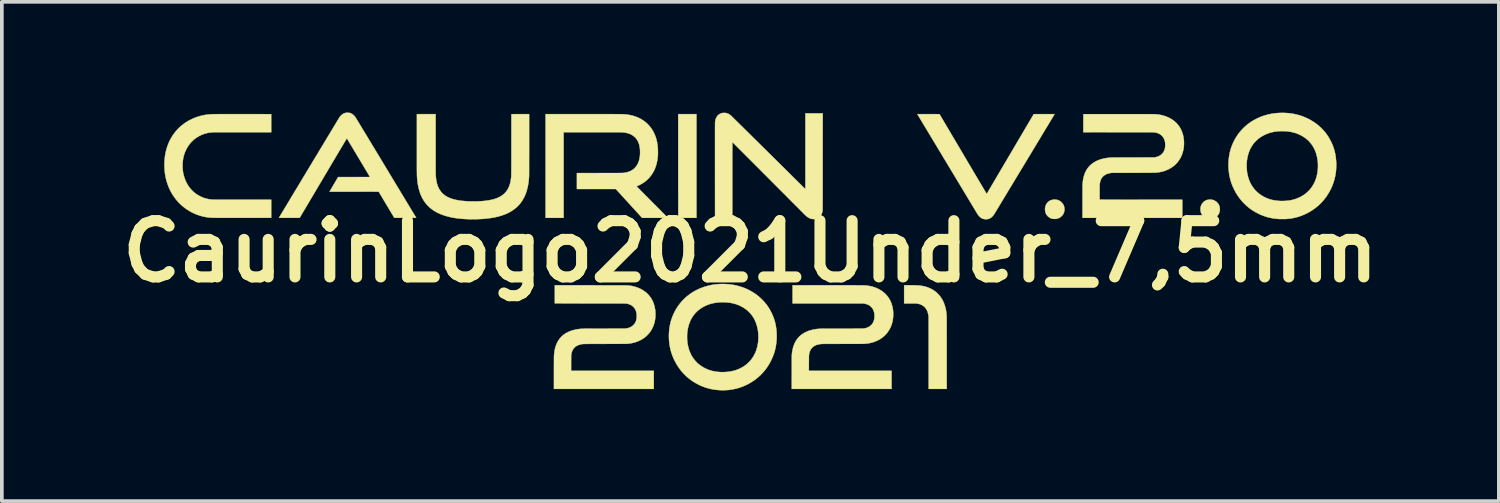
<source format=kicad_pcb>
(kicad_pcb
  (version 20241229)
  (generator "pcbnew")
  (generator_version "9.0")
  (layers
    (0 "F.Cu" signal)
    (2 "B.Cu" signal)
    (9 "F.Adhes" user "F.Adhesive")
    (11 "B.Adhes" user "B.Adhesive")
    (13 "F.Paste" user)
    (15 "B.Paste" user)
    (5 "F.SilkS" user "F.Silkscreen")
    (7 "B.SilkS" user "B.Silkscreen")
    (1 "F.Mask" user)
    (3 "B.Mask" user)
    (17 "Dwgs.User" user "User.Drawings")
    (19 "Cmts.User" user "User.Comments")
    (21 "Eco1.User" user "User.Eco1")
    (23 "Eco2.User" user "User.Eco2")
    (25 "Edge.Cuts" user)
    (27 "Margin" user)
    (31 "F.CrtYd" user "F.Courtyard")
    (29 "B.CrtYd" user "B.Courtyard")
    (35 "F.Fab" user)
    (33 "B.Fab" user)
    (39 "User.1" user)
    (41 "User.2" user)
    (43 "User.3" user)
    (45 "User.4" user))
  (footprint "CaurinLogo2021Under_7,5mm"
    (layer "F.Cu")
    (at 17.279 3.763)
    (property "Reference" "CaurinLogo2021Under_7,5mm" (at 0 0 180) (layer "F.SilkS") (effects (font (size 1.524 1.524) (thickness 0.3))))
    (attr through_hole)
    (fp_poly (pts (xy -1.46 -0.911) (xy -1.706 -0.911) (xy -1.733 -0.911) (xy -1.76 -0.911) (xy -1.786 -0.911) (xy -1.81 -0.911) (xy -1.833 -0.911) (xy -1.855 -0.911) (xy -1.875 -0.912) (xy -1.893 -0.912) (xy -1.909 -0.912) (xy -1.922 -0.912) (xy -1.934 -0.912) (xy -1.942 -0.912) (xy -1.948 -0.912) (xy -1.951 -0.912) (xy -1.952 -0.912) (xy -1.952 -0.914) (xy -1.952 -0.919) (xy -1.952 -0.926) (xy -1.952 -0.937) (xy -1.952 -0.951) (xy -1.952 -0.967) (xy -1.952 -0.986) (xy -1.952 -1.008) (xy -1.952 -1.033) (xy -1.952 -1.06) (xy -1.952 -1.089) (xy -1.952 -1.121) (xy -1.952 -1.155) (xy -1.952 -1.191) (xy -1.952 -1.23) (xy -1.952 -1.271) (xy -1.952 -1.313) (xy -1.952 -1.358) (xy -1.952 -1.405) (xy -1.952 -1.453) (xy -1.952 -1.503) (xy -1.952 -1.555) (xy -1.952 -1.608) (xy -1.953 -1.663) (xy -1.953 -1.719) (xy -1.953 -1.777) (xy -1.953 -1.836) (xy -1.953 -1.897) (xy -1.953 -1.958) (xy -1.953 -2.021) (xy -1.953 -2.084) (xy -1.953 -2.149) (xy -1.953 -2.214) (xy -1.953 -2.281) (xy -1.953 -3.721) (xy -1.46 -3.721) (xy -1.46 -0.911)) (stroke (width 0.01) (type solid)) (fill yes) (layer "F.SilkS"))
    (fp_poly (pts (xy 12.476 -1.405) (xy 12.504 -1.402) (xy 12.531 -1.396) (xy 12.545 -1.392) (xy 12.57 -1.382) (xy 12.594 -1.369) (xy 12.617 -1.354) (xy 12.638 -1.337) (xy 12.657 -1.317) (xy 12.674 -1.296) (xy 12.689 -1.274) (xy 12.701 -1.25) (xy 12.708 -1.231) (xy 12.715 -1.205) (xy 12.719 -1.178) (xy 12.721 -1.15) (xy 12.721 -1.122) (xy 12.717 -1.094) (xy 12.711 -1.068) (xy 12.707 -1.054) (xy 12.697 -1.029) (xy 12.683 -1.005) (xy 12.668 -0.983) (xy 12.65 -0.962) (xy 12.63 -0.943) (xy 12.608 -0.927) (xy 12.585 -0.913) (xy 12.56 -0.901) (xy 12.534 -0.892) (xy 12.517 -0.888) (xy 12.498 -0.884) (xy 12.477 -0.882) (xy 12.456 -0.881) (xy 12.435 -0.882) (xy 12.42 -0.883) (xy 12.392 -0.888) (xy 12.365 -0.895) (xy 12.339 -0.906) (xy 12.315 -0.919) (xy 12.293 -0.934) (xy 12.272 -0.953) (xy 12.254 -0.973) (xy 12.237 -0.995) (xy 12.223 -1.02) (xy 12.222 -1.022) (xy 12.212 -1.046) (xy 12.204 -1.07) (xy 12.199 -1.096) (xy 12.196 -1.123) (xy 12.195 -1.144) (xy 12.197 -1.174) (xy 12.201 -1.203) (xy 12.208 -1.231) (xy 12.218 -1.257) (xy 12.231 -1.282) (xy 12.246 -1.305) (xy 12.264 -1.326) (xy 12.285 -1.346) (xy 12.299 -1.358) (xy 12.308 -1.364) (xy 12.318 -1.37) (xy 12.33 -1.377) (xy 12.342 -1.383) (xy 12.354 -1.388) (xy 12.364 -1.392) (xy 12.365 -1.392) (xy 12.392 -1.399) (xy 12.419 -1.404) (xy 12.448 -1.406) (xy 12.476 -1.405)) (stroke (width 0.01) (type solid)) (fill yes) (layer "F.SilkS"))
    (fp_poly (pts (xy 8.265 -1.405) (xy 8.293 -1.402) (xy 8.32 -1.396) (xy 8.335 -1.392) (xy 8.36 -1.382) (xy 8.383 -1.369) (xy 8.406 -1.354) (xy 8.426 -1.337) (xy 8.445 -1.318) (xy 8.462 -1.297) (xy 8.477 -1.275) (xy 8.489 -1.252) (xy 8.497 -1.231) (xy 8.504 -1.203) (xy 8.509 -1.175) (xy 8.511 -1.147) (xy 8.51 -1.118) (xy 8.506 -1.09) (xy 8.499 -1.063) (xy 8.49 -1.037) (xy 8.483 -1.023) (xy 8.475 -1.008) (xy 8.466 -0.995) (xy 8.456 -0.982) (xy 8.443 -0.968) (xy 8.435 -0.96) (xy 8.414 -0.94) (xy 8.393 -0.924) (xy 8.37 -0.91) (xy 8.347 -0.9) (xy 8.321 -0.891) (xy 8.297 -0.886) (xy 8.288 -0.884) (xy 8.276 -0.883) (xy 8.262 -0.882) (xy 8.249 -0.882) (xy 8.235 -0.882) (xy 8.223 -0.882) (xy 8.212 -0.882) (xy 8.209 -0.883) (xy 8.18 -0.888) (xy 8.154 -0.895) (xy 8.128 -0.906) (xy 8.105 -0.919) (xy 8.082 -0.935) (xy 8.065 -0.95) (xy 8.045 -0.97) (xy 8.029 -0.991) (xy 8.015 -1.013) (xy 8.004 -1.037) (xy 7.996 -1.062) (xy 7.995 -1.065) (xy 7.989 -1.092) (xy 7.985 -1.12) (xy 7.984 -1.148) (xy 7.986 -1.176) (xy 7.99 -1.204) (xy 7.997 -1.23) (xy 7.998 -1.233) (xy 8.008 -1.259) (xy 8.021 -1.283) (xy 8.036 -1.306) (xy 8.054 -1.327) (xy 8.075 -1.347) (xy 8.097 -1.364) (xy 8.111 -1.373) (xy 8.134 -1.384) (xy 8.158 -1.393) (xy 8.184 -1.4) (xy 8.21 -1.404) (xy 8.238 -1.406) (xy 8.265 -1.405)) (stroke (width 0.01) (type solid)) (fill yes) (layer "F.SilkS"))
    (fp_poly (pts (xy 4.325 0.916) (xy 4.348 0.916) (xy 4.37 0.916) (xy 4.392 0.916) (xy 4.412 0.916) (xy 4.432 0.916) (xy 4.45 0.917) (xy 4.466 0.917) (xy 4.48 0.917) (xy 4.492 0.917) (xy 4.502 0.917) (xy 4.508 0.918) (xy 4.51 0.918) (xy 4.566 0.922) (xy 4.621 0.928) (xy 4.673 0.937) (xy 4.722 0.948) (xy 4.77 0.961) (xy 4.816 0.977) (xy 4.86 0.995) (xy 4.902 1.015) (xy 4.943 1.038) (xy 4.981 1.063) (xy 5.019 1.09) (xy 5.024 1.095) (xy 5.035 1.103) (xy 5.047 1.114) (xy 5.059 1.126) (xy 5.073 1.138) (xy 5.085 1.151) (xy 5.097 1.163) (xy 5.108 1.175) (xy 5.115 1.183) (xy 5.145 1.22) (xy 5.173 1.26) (xy 5.198 1.301) (xy 5.221 1.344) (xy 5.241 1.388) (xy 5.259 1.435) (xy 5.275 1.484) (xy 5.288 1.535) (xy 5.29 1.544) (xy 5.296 1.569) (xy 5.301 1.594) (xy 5.305 1.62) (xy 5.309 1.647) (xy 5.312 1.676) (xy 5.315 1.707) (xy 5.318 1.74) (xy 5.318 1.745) (xy 5.319 1.747) (xy 5.319 1.751) (xy 5.319 1.757) (xy 5.319 1.765) (xy 5.319 1.774) (xy 5.319 1.785) (xy 5.319 1.798) (xy 5.319 1.812) (xy 5.319 1.829) (xy 5.32 1.848) (xy 5.32 1.869) (xy 5.32 1.891) (xy 5.32 1.916) (xy 5.32 1.944) (xy 5.32 1.973) (xy 5.32 2.005) (xy 5.32 2.039) (xy 5.32 2.076) (xy 5.32 2.115) (xy 5.32 2.157) (xy 5.32 2.202) (xy 5.32 2.249) (xy 5.321 2.298) (xy 5.321 2.351) (xy 5.321 2.406) (xy 5.321 2.465) (xy 5.321 2.526) (xy 5.321 2.59) (xy 5.321 2.657) (xy 5.321 2.728) (xy 5.321 2.747) (xy 5.321 3.724) (xy 4.832 3.724) (xy 4.832 2.748) (xy 4.832 2.682) (xy 4.832 2.618) (xy 4.832 2.557) (xy 4.832 2.499) (xy 4.832 2.444) (xy 4.832 2.392) (xy 4.832 2.343) (xy 4.832 2.296) (xy 4.832 2.252) (xy 4.832 2.211) (xy 4.832 2.171) (xy 4.831 2.135) (xy 4.831 2.1) (xy 4.831 2.068) (xy 4.831 2.037) (xy 4.831 2.009) (xy 4.831 1.983) (xy 4.831 1.959) (xy 4.831 1.936) (xy 4.831 1.915) (xy 4.831 1.896) (xy 4.831 1.879) (xy 4.831 1.863) (xy 4.831 1.848) (xy 4.831 1.835) (xy 4.831 1.824) (xy 4.831 1.813) (xy 4.83 1.803) (xy 4.83 1.795) (xy 4.83 1.788) (xy 4.83 1.781) (xy 4.83 1.776) (xy 4.83 1.771) (xy 4.83 1.767) (xy 4.83 1.763) (xy 4.829 1.76) (xy 4.829 1.758) (xy 4.829 1.756) (xy 4.829 1.754) (xy 4.829 1.753) (xy 4.824 1.719) (xy 4.817 1.689) (xy 4.81 1.661) (xy 4.802 1.635) (xy 4.792 1.61) (xy 4.781 1.587) (xy 4.768 1.565) (xy 4.754 1.544) (xy 4.747 1.534) (xy 4.738 1.524) (xy 4.728 1.512) (xy 4.717 1.502) (xy 4.707 1.492) (xy 4.699 1.486) (xy 4.674 1.467) (xy 4.648 1.452) (xy 4.619 1.438) (xy 4.588 1.427) (xy 4.556 1.419) (xy 4.521 1.412) (xy 4.487 1.408) (xy 4.482 1.408) (xy 4.474 1.408) (xy 4.464 1.407) (xy 4.45 1.407) (xy 4.434 1.407) (xy 4.416 1.407) (xy 4.396 1.407) (xy 4.374 1.407) (xy 4.35 1.407) (xy 4.325 1.407) (xy 4.318 1.407) (xy 4.167 1.407) (xy 4.167 0.916) (xy 4.325 0.916)) (stroke (width 0.01) (type solid)) (fill yes) (layer "F.SilkS"))
    (fp_poly (pts (xy -14.078 -3.721) (xy -14.032 -3.721) (xy -13.983 -3.721) (xy -13.932 -3.721) (xy -13.877 -3.721) (xy -13.82 -3.721) (xy -13.759 -3.721) (xy -13.739 -3.721) (xy -12.982 -3.72) (xy -12.981 -3.231) (xy -13.749 -3.231) (xy -13.816 -3.231) (xy -13.88 -3.231) (xy -13.941 -3.231) (xy -13.999 -3.23) (xy -14.055 -3.23) (xy -14.108 -3.23) (xy -14.158 -3.23) (xy -14.205 -3.23) (xy -14.249 -3.23) (xy -14.29 -3.23) (xy -14.329 -3.23) (xy -14.364 -3.23) (xy -14.396 -3.23) (xy -14.426 -3.23) (xy -14.452 -3.23) (xy -14.475 -3.23) (xy -14.496 -3.23) (xy -14.513 -3.229) (xy -14.527 -3.229) (xy -14.538 -3.229) (xy -14.546 -3.229) (xy -14.551 -3.229) (xy -14.551 -3.229) (xy -14.602 -3.225) (xy -14.651 -3.22) (xy -14.698 -3.212) (xy -14.743 -3.201) (xy -14.788 -3.188) (xy -14.832 -3.173) (xy -14.876 -3.155) (xy -14.913 -3.137) (xy -14.958 -3.113) (xy -15 -3.087) (xy -15.04 -3.059) (xy -15.078 -3.028) (xy -15.114 -2.995) (xy -15.128 -2.981) (xy -15.159 -2.949) (xy -15.187 -2.916) (xy -15.212 -2.883) (xy -15.236 -2.847) (xy -15.259 -2.81) (xy -15.28 -2.771) (xy -15.284 -2.763) (xy -15.295 -2.739) (xy -15.306 -2.717) (xy -15.315 -2.695) (xy -15.323 -2.673) (xy -15.331 -2.651) (xy -15.334 -2.643) (xy -15.347 -2.6) (xy -15.358 -2.557) (xy -15.367 -2.513) (xy -15.374 -2.468) (xy -15.379 -2.422) (xy -15.382 -2.374) (xy -15.382 -2.343) (xy -15.382 -2.289) (xy -15.38 -2.236) (xy -15.375 -2.185) (xy -15.367 -2.134) (xy -15.357 -2.085) (xy -15.344 -2.037) (xy -15.332 -1.997) (xy -15.313 -1.946) (xy -15.292 -1.897) (xy -15.269 -1.85) (xy -15.243 -1.805) (xy -15.215 -1.762) (xy -15.185 -1.721) (xy -15.152 -1.682) (xy -15.122 -1.65) (xy -15.087 -1.617) (xy -15.052 -1.587) (xy -15.015 -1.559) (xy -14.976 -1.534) (xy -14.935 -1.51) (xy -14.907 -1.495) (xy -14.862 -1.474) (xy -14.816 -1.455) (xy -14.77 -1.44) (xy -14.722 -1.427) (xy -14.673 -1.417) (xy -14.623 -1.409) (xy -14.571 -1.405) (xy -14.549 -1.403) (xy -14.544 -1.403) (xy -14.536 -1.403) (xy -14.525 -1.403) (xy -14.511 -1.403) (xy -14.494 -1.403) (xy -14.474 -1.403) (xy -14.451 -1.403) (xy -14.425 -1.402) (xy -14.396 -1.402) (xy -14.364 -1.402) (xy -14.329 -1.402) (xy -14.292 -1.402) (xy -14.251 -1.402) (xy -14.208 -1.402) (xy -14.162 -1.402) (xy -14.113 -1.402) (xy -14.061 -1.402) (xy -14.007 -1.402) (xy -13.95 -1.402) (xy -13.89 -1.402) (xy -13.828 -1.402) (xy -13.764 -1.402) (xy -13.747 -1.402) (xy -12.981 -1.402) (xy -12.982 -0.912) (xy -13.754 -0.912) (xy -13.804 -0.912) (xy -13.853 -0.912) (xy -13.901 -0.912) (xy -13.948 -0.912) (xy -13.995 -0.912) (xy -14.04 -0.912) (xy -14.084 -0.912) (xy -14.127 -0.912) (xy -14.168 -0.912) (xy -14.208 -0.912) (xy -14.247 -0.912) (xy -14.283 -0.912) (xy -14.318 -0.912) (xy -14.351 -0.912) (xy -14.382 -0.912) (xy -14.411 -0.912) (xy -14.438 -0.912) (xy -14.462 -0.912) (xy -14.484 -0.912) (xy -14.504 -0.913) (xy -14.521 -0.913) (xy -14.535 -0.913) (xy -14.546 -0.913) (xy -14.554 -0.913) (xy -14.56 -0.913) (xy -14.561 -0.913) (xy -14.628 -0.917) (xy -14.693 -0.923) (xy -14.757 -0.933) (xy -14.82 -0.946) (xy -14.882 -0.962) (xy -14.943 -0.98) (xy -15.004 -1.002) (xy -15.063 -1.027) (xy -15.122 -1.055) (xy -15.179 -1.086) (xy -15.233 -1.118) (xy -15.285 -1.152) (xy -15.336 -1.19) (xy -15.385 -1.229) (xy -15.433 -1.272) (xy -15.478 -1.316) (xy -15.521 -1.362) (xy -15.562 -1.41) (xy -15.565 -1.414) (xy -15.603 -1.465) (xy -15.639 -1.517) (xy -15.673 -1.571) (xy -15.704 -1.628) (xy -15.733 -1.685) (xy -15.759 -1.745) (xy -15.783 -1.806) (xy -15.804 -1.868) (xy -15.822 -1.931) (xy -15.838 -1.995) (xy -15.842 -2.016) (xy -15.854 -2.079) (xy -15.863 -2.144) (xy -15.869 -2.209) (xy -15.873 -2.275) (xy -15.875 -2.341) (xy -15.874 -2.407) (xy -15.87 -2.473) (xy -15.864 -2.538) (xy -15.856 -2.602) (xy -15.844 -2.665) (xy -15.831 -2.726) (xy -15.83 -2.728) (xy -15.813 -2.79) (xy -15.794 -2.851) (xy -15.771 -2.911) (xy -15.747 -2.969) (xy -15.719 -3.026) (xy -15.689 -3.081) (xy -15.657 -3.133) (xy -15.622 -3.184) (xy -15.585 -3.233) (xy -15.546 -3.28) (xy -15.504 -3.325) (xy -15.493 -3.337) (xy -15.447 -3.38) (xy -15.399 -3.421) (xy -15.349 -3.459) (xy -15.297 -3.495) (xy -15.243 -3.529) (xy -15.187 -3.56) (xy -15.129 -3.588) (xy -15.07 -3.614) (xy -15.009 -3.638) (xy -14.975 -3.649) (xy -14.915 -3.667) (xy -14.854 -3.683) (xy -14.791 -3.696) (xy -14.727 -3.706) (xy -14.661 -3.713) (xy -14.636 -3.716) (xy -14.631 -3.716) (xy -14.625 -3.716) (xy -14.619 -3.717) (xy -14.613 -3.717) (xy -14.607 -3.717) (xy -14.6 -3.718) (xy -14.593 -3.718) (xy -14.585 -3.718) (xy -14.576 -3.719) (xy -14.567 -3.719) (xy -14.556 -3.719) (xy -14.545 -3.719) (xy -14.533 -3.72) (xy -14.519 -3.72) (xy -14.505 -3.72) (xy -14.489 -3.72) (xy -14.471 -3.72) (xy -14.452 -3.72) (xy -14.432 -3.72) (xy -14.41 -3.721) (xy -14.386 -3.721) (xy -14.36 -3.721) (xy -14.333 -3.721) (xy -14.303 -3.721) (xy -14.271 -3.721) (xy -14.237 -3.721) (xy -14.201 -3.721) (xy -14.163 -3.721) (xy -14.122 -3.721) (xy -14.078 -3.721)) (stroke (width 0.01) (type solid)) (fill yes) (layer "F.SilkS"))
    (fp_poly (pts (xy -4.534 -3.721) (xy -4.464 -3.721) (xy -4.397 -3.721) (xy -4.331 -3.721) (xy -4.268 -3.721) (xy -4.207 -3.721) (xy -4.147 -3.721) (xy -4.09 -3.721) (xy -4.035 -3.721) (xy -3.983 -3.721) (xy -3.932 -3.721) (xy -3.884 -3.721) (xy -3.839 -3.721) (xy -3.796 -3.721) (xy -3.755 -3.721) (xy -3.717 -3.721) (xy -3.681 -3.72) (xy -3.648 -3.72) (xy -3.618 -3.72) (xy -3.591 -3.72) (xy -3.566 -3.72) (xy -3.544 -3.72) (xy -3.525 -3.72) (xy -3.509 -3.72) (xy -3.496 -3.72) (xy -3.486 -3.72) (xy -3.48 -3.72) (xy -3.477 -3.72) (xy -3.419 -3.716) (xy -3.363 -3.711) (xy -3.31 -3.704) (xy -3.258 -3.695) (xy -3.208 -3.684) (xy -3.16 -3.671) (xy -3.112 -3.655) (xy -3.066 -3.637) (xy -3.041 -3.627) (xy -2.993 -3.604) (xy -2.947 -3.578) (xy -2.902 -3.55) (xy -2.86 -3.52) (xy -2.82 -3.487) (xy -2.783 -3.453) (xy -2.747 -3.415) (xy -2.714 -3.376) (xy -2.683 -3.335) (xy -2.654 -3.291) (xy -2.628 -3.246) (xy -2.604 -3.198) (xy -2.593 -3.173) (xy -2.573 -3.124) (xy -2.556 -3.075) (xy -2.542 -3.024) (xy -2.53 -2.972) (xy -2.52 -2.919) (xy -2.512 -2.864) (xy -2.507 -2.807) (xy -2.504 -2.748) (xy -2.504 -2.744) (xy -2.503 -2.683) (xy -2.504 -2.624) (xy -2.508 -2.565) (xy -2.515 -2.508) (xy -2.524 -2.453) (xy -2.535 -2.4) (xy -2.546 -2.356) (xy -2.562 -2.305) (xy -2.58 -2.254) (xy -2.601 -2.206) (xy -2.625 -2.16) (xy -2.651 -2.115) (xy -2.68 -2.072) (xy -2.711 -2.032) (xy -2.744 -1.993) (xy -2.779 -1.956) (xy -2.817 -1.922) (xy -2.857 -1.89) (xy -2.899 -1.86) (xy -2.943 -1.833) (xy -2.988 -1.808) (xy -2.991 -1.806) (xy -3.008 -1.798) (xy -3.025 -1.79) (xy -3.042 -1.783) (xy -3.059 -1.776) (xy -3.069 -1.772) (xy -3.075 -1.769) (xy -3.08 -1.767) (xy -3.082 -1.766) (xy -3.083 -1.765) (xy -3.081 -1.764) (xy -3.078 -1.761) (xy -3.073 -1.755) (xy -3.065 -1.748) (xy -3.056 -1.738) (xy -3.045 -1.727) (xy -3.032 -1.714) (xy -3.017 -1.699) (xy -3.001 -1.683) (xy -2.983 -1.665) (xy -2.964 -1.645) (xy -2.943 -1.624) (xy -2.921 -1.602) (xy -2.898 -1.579) (xy -2.874 -1.554) (xy -2.848 -1.529) (xy -2.822 -1.502) (xy -2.794 -1.475) (xy -2.766 -1.446) (xy -2.737 -1.417) (xy -2.708 -1.387) (xy -2.677 -1.357) (xy -2.66 -1.339) (xy -2.629 -1.308) (xy -2.599 -1.278) (xy -2.57 -1.248) (xy -2.541 -1.22) (xy -2.513 -1.191) (xy -2.486 -1.164) (xy -2.46 -1.138) (xy -2.435 -1.113) (xy -2.411 -1.089) (xy -2.389 -1.066) (xy -2.367 -1.044) (xy -2.347 -1.024) (xy -2.329 -1.005) (xy -2.311 -0.988) (xy -2.296 -0.972) (xy -2.282 -0.958) (xy -2.27 -0.946) (xy -2.259 -0.935) (xy -2.251 -0.927) (xy -2.244 -0.92) (xy -2.24 -0.916) (xy -2.237 -0.913) (xy -2.237 -0.913) (xy -2.239 -0.913) (xy -2.243 -0.912) (xy -2.251 -0.912) (xy -2.261 -0.912) (xy -2.274 -0.912) (xy -2.29 -0.912) (xy -2.309 -0.912) (xy -2.33 -0.912) (xy -2.353 -0.912) (xy -2.378 -0.911) (xy -2.406 -0.911) (xy -2.436 -0.911) (xy -2.467 -0.911) (xy -2.501 -0.911) (xy -2.536 -0.911) (xy -2.573 -0.911) (xy -2.584 -0.911) (xy -2.932 -0.911) (xy -3.645 -1.692) (xy -4.699 -1.692) (xy -4.699 -2.124) (xy -4.087 -2.125) (xy -4.034 -2.125) (xy -3.984 -2.125) (xy -3.937 -2.125) (xy -3.893 -2.125) (xy -3.852 -2.125) (xy -3.813 -2.125) (xy -3.777 -2.125) (xy -3.744 -2.125) (xy -3.713 -2.125) (xy -3.684 -2.125) (xy -3.657 -2.125) (xy -3.632 -2.125) (xy -3.61 -2.125) (xy -3.589 -2.125) (xy -3.57 -2.125) (xy -3.553 -2.126) (xy -3.537 -2.126) (xy -3.523 -2.126) (xy -3.51 -2.126) (xy -3.498 -2.126) (xy -3.488 -2.126) (xy -3.479 -2.127) (xy -3.47 -2.127) (xy -3.463 -2.127) (xy -3.456 -2.127) (xy -3.45 -2.128) (xy -3.445 -2.128) (xy -3.44 -2.129) (xy -3.436 -2.129) (xy -3.432 -2.129) (xy -3.428 -2.13) (xy -3.424 -2.13) (xy -3.42 -2.131) (xy -3.417 -2.131) (xy -3.413 -2.132) (xy -3.408 -2.133) (xy -3.407 -2.133) (xy -3.366 -2.14) (xy -3.326 -2.15) (xy -3.289 -2.162) (xy -3.254 -2.176) (xy -3.222 -2.193) (xy -3.191 -2.212) (xy -3.162 -2.233) (xy -3.136 -2.257) (xy -3.111 -2.283) (xy -3.089 -2.311) (xy -3.068 -2.342) (xy -3.056 -2.364) (xy -3.041 -2.394) (xy -3.028 -2.427) (xy -3.016 -2.461) (xy -3.007 -2.498) (xy -2.999 -2.537) (xy -2.993 -2.578) (xy -2.989 -2.619) (xy -2.987 -2.662) (xy -2.987 -2.706) (xy -2.989 -2.75) (xy -2.99 -2.769) (xy -2.995 -2.812) (xy -3.002 -2.854) (xy -3.011 -2.893) (xy -3.023 -2.931) (xy -3.037 -2.965) (xy -3.053 -2.998) (xy -3.072 -3.029) (xy -3.092 -3.057) (xy -3.115 -3.084) (xy -3.141 -3.108) (xy -3.168 -3.13) (xy -3.186 -3.142) (xy -3.216 -3.161) (xy -3.248 -3.177) (xy -3.282 -3.191) (xy -3.318 -3.203) (xy -3.355 -3.212) (xy -3.394 -3.22) (xy -3.436 -3.225) (xy -3.48 -3.229) (xy -3.485 -3.229) (xy -3.489 -3.229) (xy -3.496 -3.229) (xy -3.507 -3.229) (xy -3.52 -3.229) (xy -3.537 -3.23) (xy -3.556 -3.23) (xy -3.579 -3.23) (xy -3.604 -3.23) (xy -3.632 -3.23) (xy -3.663 -3.23) (xy -3.697 -3.23) (xy -3.733 -3.23) (xy -3.772 -3.23) (xy -3.813 -3.23) (xy -3.857 -3.23) (xy -3.904 -3.23) (xy -3.953 -3.23) (xy -4.005 -3.23) (xy -4.059 -3.23) (xy -4.115 -3.231) (xy -4.173 -3.231) (xy -4.234 -3.231) (xy -4.288 -3.231) (xy -5.059 -3.231) (xy -5.059 -0.911) (xy -5.547 -0.911) (xy -5.547 -3.721) (xy -4.534 -3.721)) (stroke (width 0.01) (type solid)) (fill yes) (layer "F.SilkS"))
    (fp_poly (pts (xy -10.904 -3.758) (xy -10.889 -3.758) (xy -10.876 -3.757) (xy -10.865 -3.755) (xy -10.864 -3.755) (xy -10.839 -3.749) (xy -10.816 -3.74) (xy -10.807 -3.736) (xy -10.789 -3.726) (xy -10.771 -3.713) (xy -10.752 -3.697) (xy -10.734 -3.679) (xy -10.717 -3.659) (xy -10.701 -3.639) (xy -10.7 -3.637) (xy -10.697 -3.632) (xy -10.692 -3.625) (xy -10.686 -3.615) (xy -10.679 -3.602) (xy -10.67 -3.587) (xy -10.659 -3.57) (xy -10.647 -3.551) (xy -10.634 -3.529) (xy -10.62 -3.506) (xy -10.604 -3.48) (xy -10.588 -3.453) (xy -10.57 -3.423) (xy -10.551 -3.392) (xy -10.531 -3.359) (xy -10.51 -3.324) (xy -10.488 -3.288) (xy -10.465 -3.25) (xy -10.441 -3.211) (xy -10.416 -3.17) (xy -10.391 -3.128) (xy -10.365 -3.085) (xy -10.338 -3.04) (xy -10.31 -2.994) (xy -10.282 -2.948) (xy -10.254 -2.9) (xy -10.224 -2.852) (xy -10.194 -2.802) (xy -10.164 -2.752) (xy -10.133 -2.701) (xy -10.102 -2.65) (xy -10.101 -2.648) (xy -10.068 -2.594) (xy -10.035 -2.539) (xy -10.002 -2.484) (xy -9.969 -2.429) (xy -9.936 -2.374) (xy -9.902 -2.318) (xy -9.869 -2.263) (xy -9.836 -2.209) (xy -9.803 -2.154) (xy -9.771 -2.1) (xy -9.738 -2.047) (xy -9.707 -1.994) (xy -9.675 -1.942) (xy -9.644 -1.891) (xy -9.614 -1.841) (xy -9.585 -1.792) (xy -9.556 -1.745) (xy -9.528 -1.699) (xy -9.501 -1.654) (xy -9.475 -1.61) (xy -9.45 -1.569) (xy -9.426 -1.529) (xy -9.403 -1.491) (xy -9.381 -1.455) (xy -9.361 -1.421) (xy -9.342 -1.39) (xy -9.324 -1.36) (xy -9.308 -1.333) (xy -9.293 -1.309) (xy -9.283 -1.293) (xy -9.053 -0.912) (xy -9.349 -0.912) (xy -9.379 -0.912) (xy -9.409 -0.912) (xy -9.438 -0.912) (xy -9.465 -0.912) (xy -9.491 -0.912) (xy -9.516 -0.912) (xy -9.539 -0.912) (xy -9.56 -0.912) (xy -9.579 -0.912) (xy -9.596 -0.912) (xy -9.611 -0.912) (xy -9.623 -0.912) (xy -9.633 -0.912) (xy -9.64 -0.912) (xy -9.645 -0.912) (xy -9.646 -0.912) (xy -9.647 -0.914) (xy -9.649 -0.918) (xy -9.653 -0.924) (xy -9.659 -0.933) (xy -9.665 -0.945) (xy -9.673 -0.958) (xy -9.682 -0.973) (xy -9.693 -0.991) (xy -9.704 -1.01) (xy -9.717 -1.031) (xy -9.73 -1.053) (xy -9.745 -1.077) (xy -9.76 -1.102) (xy -9.775 -1.129) (xy -9.792 -1.157) (xy -9.809 -1.185) (xy -9.827 -1.215) (xy -9.845 -1.245) (xy -9.858 -1.266) (xy -10.068 -1.619) (xy -10.734 -1.62) (xy -11.4 -1.62) (xy -11.284 -1.818) (xy -11.169 -2.016) (xy -10.304 -2.017) (xy -10.617 -2.541) (xy -10.64 -2.578) (xy -10.662 -2.615) (xy -10.683 -2.652) (xy -10.704 -2.687) (xy -10.725 -2.721) (xy -10.745 -2.754) (xy -10.764 -2.786) (xy -10.782 -2.817) (xy -10.8 -2.847) (xy -10.817 -2.875) (xy -10.833 -2.901) (xy -10.848 -2.926) (xy -10.861 -2.949) (xy -10.874 -2.971) (xy -10.886 -2.99) (xy -10.896 -3.008) (xy -10.905 -3.023) (xy -10.913 -3.036) (xy -10.92 -3.047) (xy -10.925 -3.055) (xy -10.929 -3.061) (xy -10.931 -3.065) (xy -10.931 -3.066) (xy -10.932 -3.065) (xy -10.935 -3.061) (xy -10.939 -3.054) (xy -10.944 -3.045) (xy -10.951 -3.033) (xy -10.959 -3.019) (xy -10.969 -3.003) (xy -10.98 -2.984) (xy -10.993 -2.964) (xy -11.006 -2.941) (xy -11.021 -2.916) (xy -11.037 -2.889) (xy -11.055 -2.86) (xy -11.073 -2.829) (xy -11.093 -2.796) (xy -11.113 -2.762) (xy -11.135 -2.725) (xy -11.157 -2.688) (xy -11.18 -2.648) (xy -11.205 -2.607) (xy -11.23 -2.565) (xy -11.256 -2.521) (xy -11.282 -2.477) (xy -11.31 -2.43) (xy -11.338 -2.383) (xy -11.367 -2.335) (xy -11.396 -2.285) (xy -11.426 -2.235) (xy -11.456 -2.183) (xy -11.487 -2.131) (xy -11.519 -2.078) (xy -11.551 -2.024) (xy -11.571 -1.99) (xy -12.21 -0.912) (xy -12.491 -0.912) (xy -12.52 -0.912) (xy -12.549 -0.912) (xy -12.577 -0.912) (xy -12.603 -0.912) (xy -12.629 -0.912) (xy -12.652 -0.912) (xy -12.674 -0.912) (xy -12.694 -0.912) (xy -12.713 -0.912) (xy -12.729 -0.912) (xy -12.742 -0.912) (xy -12.754 -0.912) (xy -12.762 -0.912) (xy -12.768 -0.912) (xy -12.771 -0.912) (xy -12.771 -0.912) (xy -12.771 -0.913) (xy -12.768 -0.917) (xy -12.764 -0.924) (xy -12.759 -0.933) (xy -12.752 -0.945) (xy -12.743 -0.959) (xy -12.734 -0.975) (xy -12.723 -0.993) (xy -12.71 -1.014) (xy -12.697 -1.037) (xy -12.682 -1.062) (xy -12.666 -1.088) (xy -12.648 -1.117) (xy -12.63 -1.147) (xy -12.611 -1.179) (xy -12.591 -1.213) (xy -12.569 -1.248) (xy -12.547 -1.285) (xy -12.524 -1.324) (xy -12.5 -1.363) (xy -12.475 -1.404) (xy -12.45 -1.447) (xy -12.424 -1.49) (xy -12.397 -1.535) (xy -12.37 -1.58) (xy -12.342 -1.627) (xy -12.313 -1.674) (xy -12.284 -1.722) (xy -12.254 -1.771) (xy -12.224 -1.821) (xy -12.194 -1.871) (xy -12.164 -1.922) (xy -12.133 -1.973) (xy -12.102 -2.025) (xy -12.07 -2.077) (xy -12.039 -2.13) (xy -12.007 -2.182) (xy -11.975 -2.235) (xy -11.944 -2.287) (xy -11.912 -2.34) (xy -11.88 -2.392) (xy -11.849 -2.445) (xy -11.817 -2.497) (xy -11.786 -2.549) (xy -11.755 -2.6) (xy -11.724 -2.651) (xy -11.694 -2.702) (xy -11.664 -2.752) (xy -11.634 -2.801) (xy -11.605 -2.849) (xy -11.576 -2.897) (xy -11.548 -2.944) (xy -11.52 -2.99) (xy -11.493 -3.035) (xy -11.467 -3.079) (xy -11.441 -3.121) (xy -11.416 -3.163) (xy -11.392 -3.203) (xy -11.368 -3.242) (xy -11.346 -3.279) (xy -11.324 -3.315) (xy -11.303 -3.35) (xy -11.284 -3.382) (xy -11.265 -3.413) (xy -11.247 -3.443) (xy -11.231 -3.47) (xy -11.216 -3.495) (xy -11.201 -3.519) (xy -11.188 -3.54) (xy -11.177 -3.56) (xy -11.167 -3.577) (xy -11.158 -3.591) (xy -11.15 -3.604) (xy -11.144 -3.614) (xy -11.139 -3.621) (xy -11.136 -3.626) (xy -11.135 -3.629) (xy -11.135 -3.629) (xy -11.122 -3.648) (xy -11.108 -3.664) (xy -11.092 -3.681) (xy -11.089 -3.685) (xy -11.068 -3.704) (xy -11.047 -3.72) (xy -11.026 -3.733) (xy -11.003 -3.743) (xy -10.979 -3.751) (xy -10.958 -3.756) (xy -10.947 -3.757) (xy -10.934 -3.758) (xy -10.919 -3.758) (xy -10.904 -3.758)) (stroke (width 0.01) (type solid)) (fill yes) (layer "F.SilkS"))
    (fp_poly (pts (xy -5.993 -2.888) (xy -5.993 -2.822) (xy -5.993 -2.759) (xy -5.993 -2.699) (xy -5.993 -2.642) (xy -5.994 -2.588) (xy -5.994 -2.537) (xy -5.994 -2.488) (xy -5.994 -2.443) (xy -5.994 -2.4) (xy -5.994 -2.36) (xy -5.994 -2.322) (xy -5.994 -2.287) (xy -5.994 -2.255) (xy -5.994 -2.225) (xy -5.994 -2.197) (xy -5.994 -2.172) (xy -5.994 -2.148) (xy -5.995 -2.128) (xy -5.995 -2.109) (xy -5.995 -2.092) (xy -5.995 -2.078) (xy -5.995 -2.065) (xy -5.995 -2.055) (xy -5.995 -2.046) (xy -5.995 -2.039) (xy -5.995 -2.034) (xy -5.996 -2.03) (xy -5.996 -2.03) (xy -5.998 -1.994) (xy -6.001 -1.962) (xy -6.004 -1.931) (xy -6.007 -1.903) (xy -6.01 -1.876) (xy -6.014 -1.851) (xy -6.018 -1.826) (xy -6.022 -1.802) (xy -6.026 -1.778) (xy -6.032 -1.753) (xy -6.035 -1.738) (xy -6.049 -1.681) (xy -6.065 -1.626) (xy -6.082 -1.574) (xy -6.102 -1.524) (xy -6.124 -1.477) (xy -6.148 -1.431) (xy -6.174 -1.387) (xy -6.202 -1.345) (xy -6.232 -1.304) (xy -6.25 -1.283) (xy -6.259 -1.272) (xy -6.27 -1.26) (xy -6.283 -1.247) (xy -6.296 -1.233) (xy -6.31 -1.22) (xy -6.323 -1.206) (xy -6.336 -1.195) (xy -6.348 -1.184) (xy -6.353 -1.18) (xy -6.393 -1.148) (xy -6.435 -1.118) (xy -6.479 -1.089) (xy -6.526 -1.063) (xy -6.574 -1.038) (xy -6.625 -1.015) (xy -6.678 -0.994) (xy -6.734 -0.975) (xy -6.792 -0.957) (xy -6.852 -0.941) (xy -6.915 -0.927) (xy -6.98 -0.915) (xy -7.048 -0.904) (xy -7.119 -0.895) (xy -7.192 -0.887) (xy -7.267 -0.881) (xy -7.308 -0.879) (xy -7.355 -0.877) (xy -7.404 -0.875) (xy -7.454 -0.874) (xy -7.505 -0.873) (xy -7.555 -0.874) (xy -7.604 -0.874) (xy -7.631 -0.875) (xy -7.712 -0.878) (xy -7.79 -0.883) (xy -7.866 -0.89) (xy -7.939 -0.898) (xy -8.01 -0.908) (xy -8.078 -0.92) (xy -8.143 -0.934) (xy -8.206 -0.95) (xy -8.266 -0.967) (xy -8.324 -0.986) (xy -8.38 -1.007) (xy -8.433 -1.029) (xy -8.483 -1.054) (xy -8.532 -1.08) (xy -8.578 -1.108) (xy -8.621 -1.138) (xy -8.662 -1.17) (xy -8.701 -1.204) (xy -8.738 -1.24) (xy -8.772 -1.277) (xy -8.804 -1.316) (xy -8.809 -1.323) (xy -8.838 -1.364) (xy -8.865 -1.407) (xy -8.89 -1.451) (xy -8.913 -1.498) (xy -8.934 -1.547) (xy -8.952 -1.598) (xy -8.969 -1.651) (xy -8.984 -1.706) (xy -8.997 -1.763) (xy -9.008 -1.823) (xy -9.017 -1.885) (xy -9.024 -1.95) (xy -9.029 -2.003) (xy -9.029 -2.01) (xy -9.03 -2.016) (xy -9.03 -2.023) (xy -9.03 -2.03) (xy -9.031 -2.038) (xy -9.031 -2.046) (xy -9.031 -2.055) (xy -9.032 -2.064) (xy -9.032 -2.075) (xy -9.032 -2.086) (xy -9.032 -2.099) (xy -9.033 -2.112) (xy -9.033 -2.126) (xy -9.033 -2.142) (xy -9.033 -2.159) (xy -9.033 -2.178) (xy -9.034 -2.198) (xy -9.034 -2.22) (xy -9.034 -2.243) (xy -9.034 -2.268) (xy -9.034 -2.295) (xy -9.034 -2.324) (xy -9.034 -2.355) (xy -9.034 -2.387) (xy -9.034 -2.423) (xy -9.034 -2.46) (xy -9.034 -2.5) (xy -9.034 -2.542) (xy -9.034 -2.587) (xy -9.034 -2.634) (xy -9.034 -2.684) (xy -9.034 -2.737) (xy -9.034 -2.792) (xy -9.034 -2.851) (xy -9.034 -2.913) (xy -9.034 -2.954) (xy -9.034 -3.72) (xy -8.78 -3.721) (xy -8.526 -3.721) (xy -8.526 -2.918) (xy -8.526 -2.852) (xy -8.526 -2.788) (xy -8.526 -2.727) (xy -8.526 -2.668) (xy -8.526 -2.612) (xy -8.526 -2.559) (xy -8.526 -2.508) (xy -8.526 -2.46) (xy -8.526 -2.414) (xy -8.526 -2.372) (xy -8.526 -2.332) (xy -8.526 -2.295) (xy -8.526 -2.261) (xy -8.526 -2.229) (xy -8.526 -2.201) (xy -8.526 -2.175) (xy -8.526 -2.153) (xy -8.525 -2.133) (xy -8.525 -2.117) (xy -8.525 -2.103) (xy -8.525 -2.093) (xy -8.525 -2.086) (xy -8.525 -2.082) (xy -8.521 -2.029) (xy -8.516 -1.979) (xy -8.51 -1.932) (xy -8.501 -1.887) (xy -8.491 -1.844) (xy -8.479 -1.804) (xy -8.478 -1.801) (xy -8.463 -1.76) (xy -8.446 -1.721) (xy -8.426 -1.684) (xy -8.404 -1.65) (xy -8.379 -1.618) (xy -8.353 -1.587) (xy -8.324 -1.559) (xy -8.299 -1.538) (xy -8.271 -1.517) (xy -8.241 -1.497) (xy -8.209 -1.479) (xy -8.174 -1.462) (xy -8.138 -1.446) (xy -8.099 -1.432) (xy -8.059 -1.419) (xy -8.015 -1.407) (xy -7.97 -1.397) (xy -7.921 -1.387) (xy -7.871 -1.379) (xy -7.817 -1.372) (xy -7.761 -1.367) (xy -7.702 -1.362) (xy -7.641 -1.359) (xy -7.6 -1.357) (xy -7.557 -1.356) (xy -7.513 -1.356) (xy -7.468 -1.356) (xy -7.423 -1.357) (xy -7.378 -1.358) (xy -7.335 -1.36) (xy -7.294 -1.362) (xy -7.254 -1.365) (xy -7.244 -1.366) (xy -7.186 -1.372) (xy -7.131 -1.379) (xy -7.079 -1.387) (xy -7.03 -1.397) (xy -6.983 -1.407) (xy -6.94 -1.419) (xy -6.915 -1.427) (xy -6.896 -1.434) (xy -6.879 -1.439) (xy -6.864 -1.445) (xy -6.849 -1.451) (xy -6.834 -1.458) (xy -6.818 -1.465) (xy -6.817 -1.466) (xy -6.786 -1.482) (xy -6.757 -1.499) (xy -6.73 -1.516) (xy -6.705 -1.534) (xy -6.681 -1.554) (xy -6.658 -1.576) (xy -6.657 -1.577) (xy -6.644 -1.591) (xy -6.632 -1.603) (xy -6.622 -1.615) (xy -6.612 -1.627) (xy -6.602 -1.64) (xy -6.599 -1.645) (xy -6.578 -1.677) (xy -6.559 -1.711) (xy -6.542 -1.748) (xy -6.526 -1.787) (xy -6.513 -1.828) (xy -6.502 -1.872) (xy -6.492 -1.918) (xy -6.485 -1.967) (xy -6.483 -1.983) (xy -6.482 -1.987) (xy -6.481 -1.992) (xy -6.481 -1.996) (xy -6.48 -2) (xy -6.48 -2.004) (xy -6.48 -2.007) (xy -6.479 -2.011) (xy -6.479 -2.015) (xy -6.478 -2.02) (xy -6.478 -2.024) (xy -6.478 -2.029) (xy -6.477 -2.035) (xy -6.477 -2.041) (xy -6.477 -2.048) (xy -6.477 -2.055) (xy -6.476 -2.064) (xy -6.476 -2.073) (xy -6.476 -2.083) (xy -6.476 -2.095) (xy -6.476 -2.107) (xy -6.476 -2.121) (xy -6.475 -2.137) (xy -6.475 -2.153) (xy -6.475 -2.171) (xy -6.475 -2.191) (xy -6.475 -2.213) (xy -6.475 -2.236) (xy -6.475 -2.261) (xy -6.475 -2.288) (xy -6.475 -2.317) (xy -6.475 -2.348) (xy -6.474 -2.382) (xy -6.474 -2.417) (xy -6.474 -2.455) (xy -6.474 -2.496) (xy -6.474 -2.539) (xy -6.474 -2.585) (xy -6.474 -2.633) (xy -6.474 -2.684) (xy -6.474 -2.738) (xy -6.474 -2.795) (xy -6.474 -2.855) (xy -6.474 -2.889) (xy -6.473 -3.72) (xy -6.233 -3.721) (xy -5.993 -3.721) (xy -5.993 -2.888)) (stroke (width 0.01) (type solid)) (fill yes) (layer "F.SilkS"))
    (fp_poly (pts (xy -0.704 0.882) (xy -0.633 0.885) (xy -0.588 0.888) (xy -0.521 0.896) (xy -0.454 0.906) (xy -0.388 0.92) (xy -0.323 0.936) (xy -0.259 0.955) (xy -0.196 0.977) (xy -0.134 1.001) (xy -0.073 1.028) (xy -0.014 1.058) (xy 0.043 1.09) (xy 0.099 1.124) (xy 0.153 1.161) (xy 0.204 1.201) (xy 0.252 1.241) (xy 0.3 1.285) (xy 0.346 1.331) (xy 0.389 1.379) (xy 0.429 1.428) (xy 0.467 1.48) (xy 0.503 1.534) (xy 0.536 1.59) (xy 0.562 1.639) (xy 0.589 1.695) (xy 0.613 1.75) (xy 0.635 1.806) (xy 0.653 1.862) (xy 0.669 1.918) (xy 0.683 1.977) (xy 0.694 2.036) (xy 0.703 2.098) (xy 0.705 2.114) (xy 0.708 2.144) (xy 0.71 2.176) (xy 0.712 2.21) (xy 0.714 2.244) (xy 0.714 2.278) (xy 0.714 2.312) (xy 0.714 2.344) (xy 0.713 2.365) (xy 0.708 2.432) (xy 0.701 2.498) (xy 0.691 2.563) (xy 0.679 2.626) (xy 0.664 2.688) (xy 0.646 2.749) (xy 0.625 2.809) (xy 0.601 2.869) (xy 0.574 2.928) (xy 0.556 2.965) (xy 0.524 3.025) (xy 0.49 3.083) (xy 0.453 3.14) (xy 0.413 3.194) (xy 0.371 3.246) (xy 0.327 3.296) (xy 0.281 3.344) (xy 0.232 3.389) (xy 0.181 3.433) (xy 0.129 3.474) (xy 0.074 3.512) (xy 0.017 3.548) (xy -0.008 3.563) (xy -0.068 3.596) (xy -0.13 3.626) (xy -0.192 3.653) (xy -0.255 3.677) (xy -0.319 3.698) (xy -0.383 3.716) (xy -0.449 3.73) (xy -0.515 3.742) (xy -0.582 3.751) (xy -0.614 3.754) (xy -0.639 3.755) (xy -0.665 3.757) (xy -0.692 3.758) (xy -0.72 3.759) (xy -0.746 3.759) (xy -0.771 3.759) (xy -0.794 3.758) (xy -0.803 3.758) (xy -0.852 3.755) (xy -0.898 3.752) (xy -0.943 3.747) (xy -0.986 3.741) (xy -1.029 3.733) (xy -1.073 3.725) (xy -1.079 3.723) (xy -1.142 3.708) (xy -1.204 3.689) (xy -1.265 3.668) (xy -1.326 3.644) (xy -1.385 3.617) (xy -1.443 3.587) (xy -1.5 3.555) (xy -1.556 3.521) (xy -1.609 3.484) (xy -1.66 3.445) (xy -1.682 3.427) (xy -1.716 3.398) (xy -1.75 3.367) (xy -1.784 3.334) (xy -1.816 3.3) (xy -1.847 3.266) (xy -1.876 3.232) (xy -1.878 3.229) (xy -1.918 3.177) (xy -1.956 3.122) (xy -1.992 3.066) (xy -2.025 3.008) (xy -2.056 2.949) (xy -2.084 2.889) (xy -2.109 2.827) (xy -2.132 2.765) (xy -2.151 2.702) (xy -2.165 2.65) (xy -2.178 2.588) (xy -2.189 2.525) (xy -2.197 2.461) (xy -2.203 2.396) (xy -2.205 2.33) (xy -2.206 2.311) (xy -1.714 2.311) (xy -1.713 2.366) (xy -1.71 2.42) (xy -1.707 2.446) (xy -1.7 2.502) (xy -1.689 2.557) (xy -1.676 2.61) (xy -1.661 2.662) (xy -1.643 2.712) (xy -1.622 2.76) (xy -1.615 2.775) (xy -1.606 2.794) (xy -1.597 2.811) (xy -1.588 2.827) (xy -1.579 2.842) (xy -1.57 2.857) (xy -1.559 2.874) (xy -1.556 2.879) (xy -1.526 2.92) (xy -1.494 2.96) (xy -1.46 2.997) (xy -1.423 3.032) (xy -1.384 3.065) (xy -1.343 3.096) (xy -1.299 3.124) (xy -1.254 3.151) (xy -1.206 3.175) (xy -1.156 3.197) (xy -1.151 3.199) (xy -1.105 3.215) (xy -1.058 3.23) (xy -1.008 3.242) (xy -0.957 3.252) (xy -0.904 3.26) (xy -0.85 3.265) (xy -0.82 3.267) (xy -0.803 3.268) (xy -0.784 3.268) (xy -0.764 3.268) (xy -0.744 3.268) (xy -0.723 3.268) (xy -0.704 3.268) (xy -0.688 3.267) (xy -0.684 3.267) (xy -0.63 3.263) (xy -0.577 3.257) (xy -0.527 3.249) (xy -0.478 3.239) (xy -0.431 3.227) (xy -0.391 3.215) (xy -0.348 3.199) (xy -0.305 3.181) (xy -0.263 3.161) (xy -0.222 3.139) (xy -0.183 3.116) (xy -0.146 3.091) (xy -0.129 3.079) (xy -0.094 3.05) (xy -0.059 3.019) (xy -0.026 2.986) (xy 0.005 2.952) (xy 0.03 2.921) (xy 0.06 2.88) (xy 0.086 2.838) (xy 0.111 2.793) (xy 0.133 2.747) (xy 0.153 2.699) (xy 0.17 2.649) (xy 0.184 2.598) (xy 0.196 2.545) (xy 0.206 2.492) (xy 0.213 2.437) (xy 0.217 2.38) (xy 0.219 2.324) (xy 0.218 2.291) (xy 0.216 2.232) (xy 0.211 2.175) (xy 0.203 2.12) (xy 0.192 2.066) (xy 0.179 2.014) (xy 0.163 1.963) (xy 0.145 1.914) (xy 0.124 1.866) (xy 0.12 1.858) (xy 0.111 1.841) (xy 0.103 1.825) (xy 0.096 1.811) (xy 0.088 1.798) (xy 0.08 1.785) (xy 0.071 1.77) (xy 0.067 1.765) (xy 0.039 1.725) (xy 0.008 1.687) (xy -0.026 1.65) (xy -0.061 1.615) (xy -0.099 1.583) (xy -0.124 1.564) (xy -0.164 1.536) (xy -0.207 1.509) (xy -0.252 1.485) (xy -0.299 1.463) (xy -0.346 1.443) (xy -0.395 1.426) (xy -0.445 1.412) (xy -0.455 1.409) (xy -0.504 1.398) (xy -0.553 1.389) (xy -0.605 1.383) (xy -0.657 1.378) (xy -0.71 1.376) (xy -0.764 1.375) (xy -0.817 1.377) (xy -0.87 1.381) (xy -0.922 1.387) (xy -0.972 1.395) (xy -1.021 1.405) (xy -1.067 1.416) (xy -1.117 1.432) (xy -1.166 1.45) (xy -1.214 1.471) (xy -1.261 1.494) (xy -1.306 1.52) (xy -1.349 1.548) (xy -1.377 1.568) (xy -1.408 1.592) (xy -1.438 1.619) (xy -1.467 1.647) (xy -1.495 1.677) (xy -1.52 1.707) (xy -1.534 1.724) (xy -1.562 1.764) (xy -1.588 1.806) (xy -1.612 1.85) (xy -1.633 1.897) (xy -1.652 1.945) (xy -1.669 1.994) (xy -1.683 2.046) (xy -1.694 2.099) (xy -1.702 2.148) (xy -1.709 2.201) (xy -1.713 2.255) (xy -1.714 2.311) (xy -2.206 2.311) (xy -2.206 2.265) (xy -2.203 2.199) (xy -2.198 2.135) (xy -2.191 2.071) (xy -2.18 2.008) (xy -2.168 1.948) (xy -2.152 1.887) (xy -2.133 1.826) (xy -2.111 1.766) (xy -2.086 1.707) (xy -2.059 1.649) (xy -2.029 1.592) (xy -1.996 1.537) (xy -1.961 1.483) (xy -1.924 1.432) (xy -1.901 1.403) (xy -1.885 1.383) (xy -1.867 1.362) (xy -1.847 1.341) (xy -1.827 1.319) (xy -1.806 1.298) (xy -1.786 1.278) (xy -1.766 1.259) (xy -1.747 1.242) (xy -1.74 1.235) (xy -1.688 1.193) (xy -1.635 1.153) (xy -1.581 1.116) (xy -1.524 1.081) (xy -1.466 1.05) (xy -1.406 1.02) (xy -1.344 0.994) (xy -1.28 0.97) (xy -1.247 0.958) (xy -1.183 0.939) (xy -1.118 0.922) (xy -1.051 0.908) (xy -0.984 0.897) (xy -0.915 0.889) (xy -0.845 0.884) (xy -0.775 0.881) (xy -0.704 0.882)) (stroke (width 0.01) (type solid)) (fill yes) (layer "F.SilkS"))
    (fp_poly (pts (xy 10.228 -3.72) (xy 10.282 -3.72) (xy 10.334 -3.72) (xy 10.383 -3.72) (xy 10.43 -3.72) (xy 10.474 -3.72) (xy 10.515 -3.72) (xy 10.555 -3.72) (xy 10.591 -3.72) (xy 10.626 -3.72) (xy 10.658 -3.72) (xy 10.689 -3.72) (xy 10.717 -3.72) (xy 10.743 -3.72) (xy 10.768 -3.72) (xy 10.791 -3.72) (xy 10.812 -3.72) (xy 10.832 -3.72) (xy 10.85 -3.72) (xy 10.866 -3.719) (xy 10.881 -3.719) (xy 10.895 -3.719) (xy 10.908 -3.719) (xy 10.92 -3.719) (xy 10.93 -3.719) (xy 10.94 -3.719) (xy 10.948 -3.718) (xy 10.956 -3.718) (xy 10.963 -3.718) (xy 10.969 -3.718) (xy 10.975 -3.717) (xy 10.981 -3.717) (xy 10.985 -3.717) (xy 10.99 -3.717) (xy 10.994 -3.716) (xy 10.998 -3.716) (xy 11.002 -3.715) (xy 11.006 -3.715) (xy 11.01 -3.715) (xy 11.014 -3.714) (xy 11.019 -3.714) (xy 11.019 -3.714) (xy 11.074 -3.707) (xy 11.128 -3.697) (xy 11.18 -3.684) (xy 11.231 -3.669) (xy 11.28 -3.651) (xy 11.328 -3.63) (xy 11.374 -3.606) (xy 11.419 -3.58) (xy 11.421 -3.579) (xy 11.435 -3.569) (xy 11.45 -3.559) (xy 11.466 -3.547) (xy 11.482 -3.535) (xy 11.497 -3.523) (xy 11.509 -3.512) (xy 11.543 -3.48) (xy 11.574 -3.446) (xy 11.603 -3.41) (xy 11.629 -3.373) (xy 11.653 -3.333) (xy 11.674 -3.292) (xy 11.692 -3.249) (xy 11.708 -3.204) (xy 11.722 -3.157) (xy 11.733 -3.108) (xy 11.741 -3.058) (xy 11.746 -3.006) (xy 11.748 -2.988) (xy 11.749 -2.964) (xy 11.749 -2.939) (xy 11.749 -2.912) (xy 11.748 -2.884) (xy 11.746 -2.857) (xy 11.744 -2.831) (xy 11.741 -2.808) (xy 11.74 -2.802) (xy 11.732 -2.756) (xy 11.721 -2.71) (xy 11.708 -2.665) (xy 11.693 -2.621) (xy 11.675 -2.579) (xy 11.655 -2.539) (xy 11.654 -2.538) (xy 11.63 -2.495) (xy 11.603 -2.456) (xy 11.574 -2.418) (xy 11.542 -2.382) (xy 11.509 -2.349) (xy 11.473 -2.318) (xy 11.435 -2.29) (xy 11.394 -2.263) (xy 11.352 -2.239) (xy 11.307 -2.216) (xy 11.265 -2.199) (xy 11.234 -2.187) (xy 11.202 -2.176) (xy 11.17 -2.167) (xy 11.137 -2.159) (xy 11.102 -2.152) (xy 11.066 -2.146) (xy 11.028 -2.141) (xy 10.987 -2.136) (xy 10.97 -2.135) (xy 10.967 -2.135) (xy 10.962 -2.135) (xy 10.956 -2.134) (xy 10.947 -2.134) (xy 10.936 -2.134) (xy 10.923 -2.134) (xy 10.908 -2.134) (xy 10.891 -2.134) (xy 10.872 -2.134) (xy 10.85 -2.133) (xy 10.826 -2.133) (xy 10.799 -2.133) (xy 10.77 -2.133) (xy 10.738 -2.133) (xy 10.703 -2.133) (xy 10.666 -2.133) (xy 10.626 -2.133) (xy 10.583 -2.132) (xy 10.538 -2.132) (xy 10.489 -2.132) (xy 10.437 -2.132) (xy 10.383 -2.132) (xy 10.374 -2.132) (xy 9.799 -2.131) (xy 9.774 -2.128) (xy 9.744 -2.123) (xy 9.717 -2.117) (xy 9.692 -2.11) (xy 9.668 -2.103) (xy 9.646 -2.094) (xy 9.631 -2.086) (xy 9.604 -2.071) (xy 9.579 -2.054) (xy 9.557 -2.035) (xy 9.537 -2.013) (xy 9.52 -1.99) (xy 9.505 -1.964) (xy 9.492 -1.936) (xy 9.482 -1.906) (xy 9.474 -1.874) (xy 9.47 -1.85) (xy 9.469 -1.843) (xy 9.468 -1.836) (xy 9.467 -1.829) (xy 9.466 -1.821) (xy 9.466 -1.812) (xy 9.465 -1.803) (xy 9.465 -1.793) (xy 9.464 -1.781) (xy 9.464 -1.767) (xy 9.464 -1.753) (xy 9.464 -1.736) (xy 9.463 -1.717) (xy 9.463 -1.696) (xy 9.463 -1.673) (xy 9.463 -1.647) (xy 9.463 -1.618) (xy 9.463 -1.586) (xy 9.463 -1.584) (xy 9.464 -1.403) (xy 10.583 -1.402) (xy 11.703 -1.402) (xy 11.703 -0.911) (xy 9 -0.911) (xy 9 -1.349) (xy 9 -1.395) (xy 9 -1.438) (xy 9 -1.48) (xy 9 -1.519) (xy 9 -1.557) (xy 9 -1.592) (xy 9 -1.625) (xy 9 -1.656) (xy 9 -1.684) (xy 9 -1.709) (xy 9 -1.732) (xy 9 -1.753) (xy 9 -1.77) (xy 9.001 -1.785) (xy 9.001 -1.797) (xy 9.001 -1.806) (xy 9.001 -1.811) (xy 9.001 -1.813) (xy 9.006 -1.868) (xy 9.012 -1.92) (xy 9.021 -1.971) (xy 9.032 -2.019) (xy 9.045 -2.065) (xy 9.06 -2.108) (xy 9.078 -2.15) (xy 9.098 -2.189) (xy 9.12 -2.227) (xy 9.144 -2.262) (xy 9.171 -2.295) (xy 9.2 -2.326) (xy 9.231 -2.355) (xy 9.264 -2.381) (xy 9.299 -2.406) (xy 9.337 -2.429) (xy 9.376 -2.45) (xy 9.417 -2.469) (xy 9.46 -2.485) (xy 9.506 -2.5) (xy 9.554 -2.512) (xy 9.604 -2.523) (xy 9.657 -2.532) (xy 9.668 -2.534) (xy 9.683 -2.535) (xy 9.7 -2.537) (xy 9.72 -2.539) (xy 9.742 -2.541) (xy 9.768 -2.543) (xy 9.771 -2.544) (xy 9.776 -2.544) (xy 9.784 -2.544) (xy 9.793 -2.544) (xy 9.804 -2.544) (xy 9.818 -2.544) (xy 9.834 -2.545) (xy 9.852 -2.545) (xy 9.872 -2.545) (xy 9.895 -2.545) (xy 9.921 -2.545) (xy 9.949 -2.545) (xy 9.98 -2.545) (xy 10.013 -2.546) (xy 10.049 -2.546) (xy 10.088 -2.546) (xy 10.129 -2.546) (xy 10.174 -2.546) (xy 10.221 -2.546) (xy 10.272 -2.546) (xy 10.325 -2.546) (xy 10.365 -2.546) (xy 10.939 -2.547) (xy 10.959 -2.551) (xy 10.992 -2.557) (xy 11.022 -2.565) (xy 11.05 -2.575) (xy 11.076 -2.587) (xy 11.1 -2.601) (xy 11.123 -2.617) (xy 11.144 -2.635) (xy 11.157 -2.647) (xy 11.176 -2.669) (xy 11.192 -2.691) (xy 11.206 -2.716) (xy 11.218 -2.742) (xy 11.227 -2.77) (xy 11.234 -2.8) (xy 11.239 -2.832) (xy 11.241 -2.86) (xy 11.242 -2.879) (xy 11.241 -2.9) (xy 11.24 -2.921) (xy 11.239 -2.941) (xy 11.237 -2.956) (xy 11.231 -2.988) (xy 11.222 -3.019) (xy 11.211 -3.048) (xy 11.197 -3.075) (xy 11.181 -3.1) (xy 11.162 -3.123) (xy 11.141 -3.144) (xy 11.118 -3.163) (xy 11.092 -3.18) (xy 11.072 -3.191) (xy 11.048 -3.202) (xy 11.022 -3.211) (xy 10.994 -3.218) (xy 10.964 -3.224) (xy 10.947 -3.227) (xy 10.946 -3.227) (xy 10.944 -3.227) (xy 10.942 -3.227) (xy 10.939 -3.228) (xy 10.937 -3.228) (xy 10.933 -3.228) (xy 10.929 -3.228) (xy 10.924 -3.228) (xy 10.918 -3.228) (xy 10.912 -3.228) (xy 10.904 -3.229) (xy 10.896 -3.229) (xy 10.886 -3.229) (xy 10.876 -3.229) (xy 10.864 -3.229) (xy 10.851 -3.229) (xy 10.836 -3.229) (xy 10.82 -3.229) (xy 10.802 -3.229) (xy 10.783 -3.229) (xy 10.762 -3.229) (xy 10.739 -3.229) (xy 10.715 -3.229) (xy 10.688 -3.23) (xy 10.66 -3.23) (xy 10.629 -3.23) (xy 10.596 -3.23) (xy 10.561 -3.23) (xy 10.524 -3.23) (xy 10.485 -3.23) (xy 10.443 -3.23) (xy 10.398 -3.23) (xy 10.351 -3.23) (xy 10.301 -3.23) (xy 10.248 -3.23) (xy 10.193 -3.23) (xy 10.134 -3.23) (xy 10.073 -3.23) (xy 10.009 -3.23) (xy 9.975 -3.23) (xy 9.022 -3.231) (xy 9.023 -3.72) (xy 10.17 -3.72) (xy 10.228 -3.72)) (stroke (width 0.01) (type solid)) (fill yes) (layer "F.SilkS"))
    (fp_poly (pts (xy 14.486 -3.753) (xy 14.542 -3.75) (xy 14.596 -3.746) (xy 14.65 -3.739) (xy 14.699 -3.731) (xy 14.766 -3.718) (xy 14.832 -3.702) (xy 14.898 -3.683) (xy 14.962 -3.661) (xy 15.024 -3.636) (xy 15.085 -3.609) (xy 15.145 -3.579) (xy 15.203 -3.546) (xy 15.26 -3.511) (xy 15.314 -3.474) (xy 15.367 -3.434) (xy 15.418 -3.391) (xy 15.43 -3.38) (xy 15.45 -3.362) (xy 15.471 -3.342) (xy 15.492 -3.32) (xy 15.513 -3.297) (xy 15.534 -3.275) (xy 15.554 -3.252) (xy 15.57 -3.233) (xy 15.608 -3.183) (xy 15.644 -3.132) (xy 15.678 -3.078) (xy 15.709 -3.022) (xy 15.739 -2.965) (xy 15.765 -2.907) (xy 15.789 -2.848) (xy 15.796 -2.827) (xy 15.815 -2.77) (xy 15.831 -2.711) (xy 15.845 -2.651) (xy 15.856 -2.59) (xy 15.864 -2.527) (xy 15.87 -2.464) (xy 15.874 -2.4) (xy 15.875 -2.335) (xy 15.873 -2.27) (xy 15.869 -2.206) (xy 15.862 -2.141) (xy 15.857 -2.103) (xy 15.845 -2.038) (xy 15.83 -1.973) (xy 15.812 -1.908) (xy 15.791 -1.845) (xy 15.768 -1.782) (xy 15.741 -1.72) (xy 15.711 -1.659) (xy 15.678 -1.6) (xy 15.643 -1.542) (xy 15.63 -1.522) (xy 15.591 -1.466) (xy 15.55 -1.413) (xy 15.507 -1.362) (xy 15.462 -1.314) (xy 15.414 -1.267) (xy 15.365 -1.223) (xy 15.313 -1.181) (xy 15.259 -1.141) (xy 15.203 -1.104) (xy 15.146 -1.069) (xy 15.086 -1.037) (xy 15.025 -1.008) (xy 14.963 -0.981) (xy 14.926 -0.967) (xy 14.864 -0.945) (xy 14.8 -0.927) (xy 14.736 -0.911) (xy 14.67 -0.898) (xy 14.604 -0.889) (xy 14.588 -0.887) (xy 14.573 -0.885) (xy 14.559 -0.884) (xy 14.545 -0.882) (xy 14.533 -0.881) (xy 14.52 -0.881) (xy 14.507 -0.88) (xy 14.493 -0.88) (xy 14.477 -0.879) (xy 14.459 -0.879) (xy 14.439 -0.879) (xy 14.426 -0.879) (xy 14.409 -0.879) (xy 14.394 -0.879) (xy 14.38 -0.879) (xy 14.366 -0.879) (xy 14.355 -0.879) (xy 14.346 -0.879) (xy 14.339 -0.879) (xy 14.335 -0.879) (xy 14.334 -0.879) (xy 14.277 -0.883) (xy 14.221 -0.889) (xy 14.168 -0.896) (xy 14.116 -0.906) (xy 14.065 -0.917) (xy 14.015 -0.929) (xy 13.964 -0.944) (xy 13.948 -0.95) (xy 13.887 -0.971) (xy 13.827 -0.995) (xy 13.768 -1.023) (xy 13.71 -1.053) (xy 13.653 -1.085) (xy 13.598 -1.12) (xy 13.545 -1.156) (xy 13.495 -1.195) (xy 13.49 -1.199) (xy 13.469 -1.216) (xy 13.447 -1.236) (xy 13.424 -1.257) (xy 13.401 -1.279) (xy 13.378 -1.301) (xy 13.357 -1.323) (xy 13.337 -1.344) (xy 13.32 -1.363) (xy 13.276 -1.415) (xy 13.235 -1.469) (xy 13.196 -1.525) (xy 13.16 -1.583) (xy 13.127 -1.642) (xy 13.097 -1.702) (xy 13.069 -1.764) (xy 13.044 -1.827) (xy 13.022 -1.89) (xy 13.004 -1.955) (xy 12.998 -1.977) (xy 12.984 -2.037) (xy 12.973 -2.099) (xy 12.965 -2.162) (xy 12.959 -2.225) (xy 12.955 -2.29) (xy 12.955 -2.32) (xy 13.446 -2.32) (xy 13.448 -2.262) (xy 13.452 -2.205) (xy 13.458 -2.149) (xy 13.468 -2.094) (xy 13.48 -2.04) (xy 13.495 -1.988) (xy 13.512 -1.938) (xy 13.532 -1.889) (xy 13.554 -1.842) (xy 13.579 -1.797) (xy 13.599 -1.765) (xy 13.629 -1.723) (xy 13.66 -1.683) (xy 13.694 -1.646) (xy 13.731 -1.61) (xy 13.769 -1.577) (xy 13.81 -1.546) (xy 13.853 -1.517) (xy 13.898 -1.49) (xy 13.933 -1.472) (xy 13.958 -1.46) (xy 13.98 -1.45) (xy 14.002 -1.44) (xy 14.024 -1.432) (xy 14.048 -1.423) (xy 14.064 -1.418) (xy 14.113 -1.403) (xy 14.164 -1.391) (xy 14.217 -1.382) (xy 14.271 -1.375) (xy 14.327 -1.37) (xy 14.366 -1.368) (xy 14.378 -1.368) (xy 14.389 -1.368) (xy 14.399 -1.368) (xy 14.409 -1.368) (xy 14.419 -1.368) (xy 14.431 -1.368) (xy 14.444 -1.368) (xy 14.459 -1.369) (xy 14.472 -1.369) (xy 14.504 -1.371) (xy 14.538 -1.374) (xy 14.573 -1.377) (xy 14.607 -1.382) (xy 14.625 -1.385) (xy 14.679 -1.396) (xy 14.732 -1.41) (xy 14.784 -1.426) (xy 14.834 -1.446) (xy 14.883 -1.468) (xy 14.931 -1.493) (xy 14.977 -1.52) (xy 15.021 -1.55) (xy 15.064 -1.583) (xy 15.067 -1.586) (xy 15.076 -1.594) (xy 15.086 -1.603) (xy 15.098 -1.614) (xy 15.111 -1.626) (xy 15.123 -1.639) (xy 15.135 -1.651) (xy 15.147 -1.663) (xy 15.157 -1.674) (xy 15.166 -1.684) (xy 15.168 -1.687) (xy 15.2 -1.728) (xy 15.229 -1.77) (xy 15.256 -1.815) (xy 15.28 -1.861) (xy 15.302 -1.908) (xy 15.321 -1.958) (xy 15.337 -2.009) (xy 15.35 -2.062) (xy 15.362 -2.117) (xy 15.37 -2.174) (xy 15.376 -2.232) (xy 15.377 -2.241) (xy 15.377 -2.252) (xy 15.378 -2.266) (xy 15.378 -2.282) (xy 15.379 -2.299) (xy 15.379 -2.317) (xy 15.379 -2.335) (xy 15.378 -2.352) (xy 15.378 -2.369) (xy 15.378 -2.383) (xy 15.377 -2.396) (xy 15.377 -2.402) (xy 15.371 -2.46) (xy 15.363 -2.516) (xy 15.352 -2.57) (xy 15.339 -2.622) (xy 15.324 -2.673) (xy 15.305 -2.722) (xy 15.285 -2.769) (xy 15.281 -2.777) (xy 15.272 -2.795) (xy 15.264 -2.81) (xy 15.257 -2.823) (xy 15.249 -2.836) (xy 15.241 -2.85) (xy 15.232 -2.864) (xy 15.227 -2.873) (xy 15.198 -2.913) (xy 15.167 -2.951) (xy 15.134 -2.988) (xy 15.098 -3.022) (xy 15.06 -3.054) (xy 15.02 -3.084) (xy 14.977 -3.112) (xy 14.932 -3.139) (xy 14.907 -3.151) (xy 14.861 -3.173) (xy 14.814 -3.193) (xy 14.766 -3.21) (xy 14.716 -3.224) (xy 14.666 -3.236) (xy 14.615 -3.246) (xy 14.561 -3.253) (xy 14.507 -3.258) (xy 14.45 -3.26) (xy 14.391 -3.26) (xy 14.342 -3.259) (xy 14.294 -3.256) (xy 14.249 -3.251) (xy 14.205 -3.245) (xy 14.162 -3.237) (xy 14.121 -3.227) (xy 14.079 -3.216) (xy 14.049 -3.206) (xy 14.028 -3.199) (xy 14.008 -3.192) (xy 13.989 -3.184) (xy 13.97 -3.176) (xy 13.95 -3.167) (xy 13.928 -3.156) (xy 13.923 -3.154) (xy 13.885 -3.134) (xy 13.849 -3.113) (xy 13.815 -3.091) (xy 13.783 -3.068) (xy 13.753 -3.044) (xy 13.723 -3.017) (xy 13.698 -2.993) (xy 13.677 -2.972) (xy 13.658 -2.951) (xy 13.64 -2.93) (xy 13.623 -2.908) (xy 13.607 -2.885) (xy 13.596 -2.869) (xy 13.57 -2.826) (xy 13.546 -2.782) (xy 13.525 -2.735) (xy 13.506 -2.686) (xy 13.49 -2.636) (xy 13.476 -2.585) (xy 13.465 -2.531) (xy 13.456 -2.477) (xy 13.45 -2.421) (xy 13.447 -2.364) (xy 13.446 -2.32) (xy 12.955 -2.32) (xy 12.954 -2.354) (xy 12.956 -2.419) (xy 12.96 -2.482) (xy 12.967 -2.545) (xy 12.975 -2.599) (xy 12.986 -2.66) (xy 13 -2.718) (xy 13.016 -2.775) (xy 13.034 -2.831) (xy 13.056 -2.887) (xy 13.08 -2.942) (xy 13.103 -2.991) (xy 13.133 -3.047) (xy 13.165 -3.1) (xy 13.198 -3.152) (xy 13.234 -3.201) (xy 13.272 -3.249) (xy 13.312 -3.295) (xy 13.355 -3.34) (xy 13.355 -3.34) (xy 13.402 -3.384) (xy 13.45 -3.426) (xy 13.499 -3.465) (xy 13.551 -3.501) (xy 13.604 -3.536) (xy 13.66 -3.568) (xy 13.71 -3.594) (xy 13.772 -3.624) (xy 13.836 -3.65) (xy 13.9 -3.674) (xy 13.966 -3.694) (xy 14.032 -3.712) (xy 14.1 -3.726) (xy 14.169 -3.738) (xy 14.238 -3.746) (xy 14.309 -3.752) (xy 14.367 -3.754) (xy 14.428 -3.755) (xy 14.486 -3.753)) (stroke (width 0.01) (type solid)) (fill yes) (layer "F.SilkS"))
    (fp_poly (pts (xy -0.696 -3.754) (xy -0.686 -3.753) (xy -0.678 -3.753) (xy -0.672 -3.753) (xy -0.666 -3.752) (xy -0.661 -3.751) (xy -0.656 -3.75) (xy -0.654 -3.75) (xy -0.629 -3.743) (xy -0.604 -3.733) (xy -0.58 -3.721) (xy -0.556 -3.706) (xy -0.532 -3.687) (xy -0.526 -3.683) (xy -0.524 -3.681) (xy -0.52 -3.677) (xy -0.514 -3.671) (xy -0.505 -3.662) (xy -0.495 -3.652) (xy -0.483 -3.64) (xy -0.468 -3.626) (xy -0.452 -3.61) (xy -0.434 -3.592) (xy -0.414 -3.572) (xy -0.392 -3.551) (xy -0.369 -3.528) (xy -0.344 -3.503) (xy -0.317 -3.477) (xy -0.289 -3.449) (xy -0.26 -3.42) (xy -0.229 -3.39) (xy -0.196 -3.358) (xy -0.163 -3.324) (xy -0.128 -3.29) (xy -0.091 -3.254) (xy -0.054 -3.217) (xy -0.016 -3.179) (xy 0.024 -3.14) (xy 0.064 -3.1) (xy 0.106 -3.059) (xy 0.148 -3.017) (xy 0.192 -2.975) (xy 0.236 -2.931) (xy 0.28 -2.887) (xy 0.326 -2.842) (xy 0.372 -2.796) (xy 0.419 -2.75) (xy 0.466 -2.703) (xy 0.49 -2.679) (xy 0.538 -2.632) (xy 0.585 -2.585) (xy 0.631 -2.54) (xy 0.677 -2.495) (xy 0.722 -2.45) (xy 0.766 -2.406) (xy 0.809 -2.363) (xy 0.852 -2.321) (xy 0.893 -2.28) (xy 0.934 -2.24) (xy 0.974 -2.201) (xy 1.012 -2.163) (xy 1.05 -2.126) (xy 1.086 -2.09) (xy 1.121 -2.055) (xy 1.155 -2.021) (xy 1.187 -1.989) (xy 1.219 -1.958) (xy 1.248 -1.929) (xy 1.277 -1.901) (xy 1.303 -1.874) (xy 1.329 -1.85) (xy 1.352 -1.826) (xy 1.374 -1.805) (xy 1.394 -1.785) (xy 1.413 -1.766) (xy 1.429 -1.75) (xy 1.444 -1.735) (xy 1.457 -1.723) (xy 1.468 -1.712) (xy 1.477 -1.703) (xy 1.483 -1.697) (xy 1.488 -1.692) (xy 1.491 -1.69) (xy 1.491 -1.689) (xy 1.491 -1.691) (xy 1.491 -1.696) (xy 1.491 -1.703) (xy 1.491 -1.714) (xy 1.491 -1.727) (xy 1.491 -1.743) (xy 1.491 -1.762) (xy 1.491 -1.784) (xy 1.492 -1.808) (xy 1.492 -1.834) (xy 1.492 -1.863) (xy 1.492 -1.894) (xy 1.492 -1.927) (xy 1.492 -1.962) (xy 1.492 -1.999) (xy 1.492 -2.038) (xy 1.492 -2.079) (xy 1.492 -2.122) (xy 1.492 -2.166) (xy 1.492 -2.212) (xy 1.492 -2.26) (xy 1.492 -2.309) (xy 1.492 -2.359) (xy 1.492 -2.411) (xy 1.492 -2.463) (xy 1.492 -2.517) (xy 1.492 -2.572) (xy 1.492 -2.628) (xy 1.492 -2.684) (xy 1.492 -2.716) (xy 1.492 -3.743) (xy 1.961 -3.743) (xy 1.96 -2.436) (xy 1.96 -2.359) (xy 1.96 -2.284) (xy 1.96 -2.213) (xy 1.96 -2.145) (xy 1.96 -2.079) (xy 1.96 -2.017) (xy 1.96 -1.957) (xy 1.96 -1.9) (xy 1.96 -1.845) (xy 1.96 -1.793) (xy 1.96 -1.744) (xy 1.96 -1.697) (xy 1.96 -1.653) (xy 1.96 -1.611) (xy 1.96 -1.571) (xy 1.96 -1.533) (xy 1.96 -1.498) (xy 1.96 -1.464) (xy 1.96 -1.433) (xy 1.96 -1.404) (xy 1.959 -1.376) (xy 1.959 -1.35) (xy 1.959 -1.326) (xy 1.959 -1.304) (xy 1.959 -1.283) (xy 1.959 -1.264) (xy 1.959 -1.247) (xy 1.959 -1.231) (xy 1.959 -1.216) (xy 1.959 -1.202) (xy 1.959 -1.19) (xy 1.959 -1.179) (xy 1.959 -1.169) (xy 1.959 -1.16) (xy 1.958 -1.152) (xy 1.958 -1.145) (xy 1.958 -1.139) (xy 1.958 -1.134) (xy 1.958 -1.129) (xy 1.958 -1.125) (xy 1.958 -1.122) (xy 1.958 -1.119) (xy 1.957 -1.117) (xy 1.957 -1.115) (xy 1.957 -1.113) (xy 1.957 -1.112) (xy 1.957 -1.111) (xy 1.952 -1.083) (xy 1.946 -1.058) (xy 1.939 -1.035) (xy 1.93 -1.014) (xy 1.92 -0.994) (xy 1.912 -0.98) (xy 1.895 -0.958) (xy 1.877 -0.939) (xy 1.857 -0.922) (xy 1.836 -0.908) (xy 1.812 -0.896) (xy 1.787 -0.887) (xy 1.771 -0.883) (xy 1.763 -0.881) (xy 1.752 -0.88) (xy 1.74 -0.879) (xy 1.726 -0.879) (xy 1.713 -0.878) (xy 1.699 -0.878) (xy 1.688 -0.879) (xy 1.678 -0.88) (xy 1.674 -0.88) (xy 1.647 -0.886) (xy 1.621 -0.895) (xy 1.594 -0.906) (xy 1.568 -0.921) (xy 1.542 -0.938) (xy 1.527 -0.949) (xy 1.523 -0.953) (xy 1.517 -0.958) (xy 1.509 -0.966) (xy 1.498 -0.976) (xy 1.486 -0.987) (xy 1.472 -1.001) (xy 1.456 -1.017) (xy 1.438 -1.036) (xy 1.417 -1.056) (xy 1.394 -1.079) (xy 1.391 -1.083) (xy 1.354 -1.119) (xy 1.317 -1.157) (xy 1.279 -1.195) (xy 1.24 -1.234) (xy 1.2 -1.274) (xy 1.159 -1.315) (xy 1.118 -1.356) (xy 1.077 -1.398) (xy 1.034 -1.44) (xy 0.992 -1.483) (xy 0.949 -1.526) (xy 0.905 -1.57) (xy 0.862 -1.613) (xy 0.818 -1.657) (xy 0.774 -1.702) (xy 0.729 -1.746) (xy 0.685 -1.79) (xy 0.641 -1.835) (xy 0.597 -1.879) (xy 0.552 -1.924) (xy 0.509 -1.968) (xy 0.465 -2.012) (xy 0.421 -2.055) (xy 0.378 -2.098) (xy 0.335 -2.141) (xy 0.293 -2.184) (xy 0.251 -2.226) (xy 0.21 -2.267) (xy 0.169 -2.308) (xy 0.129 -2.348) (xy 0.09 -2.387) (xy 0.052 -2.426) (xy 0.014 -2.463) (xy -0.023 -2.5) (xy -0.058 -2.536) (xy -0.093 -2.571) (xy -0.127 -2.604) (xy -0.159 -2.637) (xy -0.191 -2.668) (xy -0.221 -2.698) (xy -0.249 -2.727) (xy -0.277 -2.755) (xy -0.303 -2.781) (xy -0.328 -2.806) (xy -0.351 -2.829) (xy -0.372 -2.85) (xy -0.392 -2.87) (xy -0.41 -2.888) (xy -0.426 -2.904) (xy -0.441 -2.919) (xy -0.454 -2.932) (xy -0.464 -2.942) (xy -0.473 -2.951) (xy -0.48 -2.958) (xy -0.485 -2.963) (xy -0.487 -2.965) (xy -0.488 -2.965) (xy -0.488 -2.964) (xy -0.488 -2.959) (xy -0.488 -2.952) (xy -0.488 -2.941) (xy -0.488 -2.928) (xy -0.488 -2.911) (xy -0.488 -2.892) (xy -0.488 -2.871) (xy -0.488 -2.847) (xy -0.488 -2.821) (xy -0.488 -2.792) (xy -0.488 -2.761) (xy -0.488 -2.728) (xy -0.489 -2.693) (xy -0.489 -2.655) (xy -0.489 -2.616) (xy -0.489 -2.575) (xy -0.489 -2.532) (xy -0.489 -2.488) (xy -0.489 -2.442) (xy -0.489 -2.394) (xy -0.489 -2.345) (xy -0.489 -2.295) (xy -0.489 -2.244) (xy -0.489 -2.191) (xy -0.489 -2.137) (xy -0.489 -2.082) (xy -0.489 -2.027) (xy -0.489 -1.97) (xy -0.489 -0.911) (xy -0.723 -0.912) (xy -0.956 -0.912) (xy -0.957 -2.188) (xy -0.957 -2.276) (xy -0.957 -2.362) (xy -0.957 -2.444) (xy -0.957 -2.523) (xy -0.957 -2.599) (xy -0.957 -2.672) (xy -0.957 -2.742) (xy -0.957 -2.809) (xy -0.957 -2.873) (xy -0.957 -2.933) (xy -0.957 -2.991) (xy -0.957 -3.045) (xy -0.957 -3.097) (xy -0.957 -3.145) (xy -0.957 -3.19) (xy -0.957 -3.232) (xy -0.957 -3.27) (xy -0.957 -3.306) (xy -0.957 -3.338) (xy -0.957 -3.368) (xy -0.956 -3.394) (xy -0.956 -3.417) (xy -0.956 -3.437) (xy -0.956 -3.453) (xy -0.956 -3.467) (xy -0.956 -3.477) (xy -0.956 -3.484) (xy -0.956 -3.488) (xy -0.956 -3.489) (xy -0.953 -3.516) (xy -0.95 -3.542) (xy -0.945 -3.565) (xy -0.938 -3.587) (xy -0.93 -3.608) (xy -0.923 -3.623) (xy -0.91 -3.647) (xy -0.894 -3.669) (xy -0.877 -3.689) (xy -0.857 -3.706) (xy -0.836 -3.721) (xy -0.814 -3.733) (xy -0.792 -3.742) (xy -0.781 -3.745) (xy -0.77 -3.748) (xy -0.76 -3.75) (xy -0.75 -3.752) (xy -0.739 -3.753) (xy -0.726 -3.753) (xy -0.71 -3.754) (xy -0.708 -3.754) (xy -0.696 -3.754)) (stroke (width 0.01) (type solid)) (fill yes) (layer "F.SilkS"))
    (fp_poly (pts (xy 2.098 0.916) (xy 2.171 0.916) (xy 2.24 0.916) (xy 2.307 0.916) (xy 2.372 0.916) (xy 2.434 0.916) (xy 2.493 0.916) (xy 2.55 0.916) (xy 2.604 0.916) (xy 2.655 0.916) (xy 2.703 0.916) (xy 2.749 0.916) (xy 2.791 0.916) (xy 2.831 0.916) (xy 2.868 0.917) (xy 2.903 0.917) (xy 2.934 0.917) (xy 2.962 0.917) (xy 2.988 0.917) (xy 3.01 0.917) (xy 3.029 0.917) (xy 3.045 0.917) (xy 3.059 0.917) (xy 3.069 0.917) (xy 3.076 0.917) (xy 3.08 0.918) (xy 3.08 0.918) (xy 3.133 0.922) (xy 3.184 0.928) (xy 3.232 0.936) (xy 3.279 0.946) (xy 3.325 0.958) (xy 3.369 0.973) (xy 3.412 0.989) (xy 3.455 1.008) (xy 3.468 1.015) (xy 3.507 1.036) (xy 3.544 1.058) (xy 3.578 1.081) (xy 3.611 1.107) (xy 3.642 1.134) (xy 3.656 1.147) (xy 3.674 1.165) (xy 3.69 1.182) (xy 3.704 1.199) (xy 3.719 1.217) (xy 3.727 1.228) (xy 3.753 1.265) (xy 3.776 1.304) (xy 3.797 1.345) (xy 3.815 1.387) (xy 3.831 1.432) (xy 3.844 1.478) (xy 3.855 1.525) (xy 3.863 1.574) (xy 3.869 1.623) (xy 3.871 1.674) (xy 3.872 1.703) (xy 3.87 1.755) (xy 3.866 1.806) (xy 3.859 1.856) (xy 3.849 1.905) (xy 3.837 1.952) (xy 3.822 1.998) (xy 3.804 2.043) (xy 3.784 2.085) (xy 3.761 2.127) (xy 3.735 2.166) (xy 3.708 2.204) (xy 3.677 2.24) (xy 3.645 2.274) (xy 3.61 2.306) (xy 3.573 2.335) (xy 3.538 2.36) (xy 3.496 2.386) (xy 3.452 2.409) (xy 3.406 2.43) (xy 3.358 2.448) (xy 3.309 2.464) (xy 3.259 2.477) (xy 3.207 2.488) (xy 3.154 2.495) (xy 3.123 2.499) (xy 3.118 2.499) (xy 3.112 2.499) (xy 3.107 2.5) (xy 3.102 2.5) (xy 3.096 2.501) (xy 3.089 2.501) (xy 3.082 2.501) (xy 3.074 2.501) (xy 3.066 2.502) (xy 3.056 2.502) (xy 3.046 2.502) (xy 3.034 2.502) (xy 3.021 2.502) (xy 3.007 2.503) (xy 2.991 2.503) (xy 2.974 2.503) (xy 2.955 2.503) (xy 2.935 2.503) (xy 2.912 2.503) (xy 2.888 2.503) (xy 2.861 2.503) (xy 2.832 2.503) (xy 2.801 2.503) (xy 2.768 2.503) (xy 2.731 2.503) (xy 2.693 2.503) (xy 2.651 2.503) (xy 2.607 2.503) (xy 2.56 2.503) (xy 2.51 2.503) (xy 2.504 2.503) (xy 2.45 2.503) (xy 2.398 2.504) (xy 2.349 2.504) (xy 2.303 2.504) (xy 2.259 2.504) (xy 2.217 2.504) (xy 2.179 2.504) (xy 2.143 2.504) (xy 2.11 2.504) (xy 2.079 2.504) (xy 2.052 2.504) (xy 2.027 2.504) (xy 2.005 2.504) (xy 1.987 2.504) (xy 1.971 2.505) (xy 1.958 2.505) (xy 1.948 2.505) (xy 1.942 2.505) (xy 1.938 2.505) (xy 1.9 2.509) (xy 1.864 2.514) (xy 1.831 2.521) (xy 1.8 2.53) (xy 1.772 2.541) (xy 1.745 2.554) (xy 1.72 2.569) (xy 1.719 2.569) (xy 1.696 2.587) (xy 1.674 2.607) (xy 1.655 2.629) (xy 1.638 2.653) (xy 1.624 2.68) (xy 1.612 2.708) (xy 1.602 2.738) (xy 1.595 2.771) (xy 1.594 2.775) (xy 1.593 2.781) (xy 1.592 2.786) (xy 1.591 2.791) (xy 1.591 2.796) (xy 1.59 2.801) (xy 1.589 2.807) (xy 1.589 2.813) (xy 1.588 2.82) (xy 1.588 2.828) (xy 1.588 2.837) (xy 1.588 2.847) (xy 1.587 2.859) (xy 1.587 2.872) (xy 1.587 2.888) (xy 1.587 2.905) (xy 1.587 2.925) (xy 1.587 2.947) (xy 1.587 2.972) (xy 1.586 2.999) (xy 1.586 3.028) (xy 1.586 3.234) (xy 3.826 3.234) (xy 3.826 3.724) (xy 1.122 3.724) (xy 1.123 3.268) (xy 1.123 3.223) (xy 1.123 3.18) (xy 1.123 3.141) (xy 1.123 3.104) (xy 1.123 3.07) (xy 1.123 3.039) (xy 1.123 3.01) (xy 1.123 2.984) (xy 1.123 2.959) (xy 1.123 2.937) (xy 1.123 2.917) (xy 1.124 2.898) (xy 1.124 2.882) (xy 1.124 2.866) (xy 1.124 2.853) (xy 1.124 2.841) (xy 1.124 2.83) (xy 1.125 2.82) (xy 1.125 2.811) (xy 1.125 2.803) (xy 1.125 2.796) (xy 1.126 2.79) (xy 1.126 2.784) (xy 1.127 2.779) (xy 1.127 2.773) (xy 1.128 2.768) (xy 1.128 2.764) (xy 1.129 2.759) (xy 1.129 2.753) (xy 1.13 2.748) (xy 1.131 2.742) (xy 1.131 2.74) (xy 1.139 2.688) (xy 1.149 2.639) (xy 1.162 2.591) (xy 1.176 2.546) (xy 1.193 2.503) (xy 1.213 2.462) (xy 1.234 2.423) (xy 1.258 2.387) (xy 1.285 2.352) (xy 1.313 2.32) (xy 1.344 2.29) (xy 1.378 2.261) (xy 1.414 2.235) (xy 1.452 2.211) (xy 1.492 2.189) (xy 1.535 2.17) (xy 1.568 2.156) (xy 1.607 2.143) (xy 1.649 2.131) (xy 1.693 2.12) (xy 1.739 2.111) (xy 1.786 2.103) (xy 1.834 2.098) (xy 1.857 2.096) (xy 1.862 2.095) (xy 1.867 2.095) (xy 1.873 2.094) (xy 1.879 2.094) (xy 1.885 2.094) (xy 1.891 2.093) (xy 1.899 2.093) (xy 1.906 2.093) (xy 1.915 2.093) (xy 1.925 2.092) (xy 1.935 2.092) (xy 1.947 2.092) (xy 1.96 2.092) (xy 1.974 2.092) (xy 1.989 2.092) (xy 2.006 2.091) (xy 2.025 2.091) (xy 2.046 2.091) (xy 2.068 2.091) (xy 2.092 2.091) (xy 2.119 2.091) (xy 2.148 2.091) (xy 2.178 2.091) (xy 2.212 2.091) (xy 2.248 2.091) (xy 2.286 2.091) (xy 2.327 2.091) (xy 2.371 2.091) (xy 2.418 2.091) (xy 2.468 2.091) (xy 2.476 2.091) (xy 2.531 2.091) (xy 2.584 2.091) (xy 2.633 2.091) (xy 2.681 2.091) (xy 2.725 2.091) (xy 2.767 2.091) (xy 2.806 2.09) (xy 2.842 2.09) (xy 2.875 2.09) (xy 2.905 2.09) (xy 2.933 2.09) (xy 2.957 2.09) (xy 2.979 2.09) (xy 2.997 2.09) (xy 3.012 2.09) (xy 3.025 2.089) (xy 3.034 2.089) (xy 3.04 2.089) (xy 3.042 2.089) (xy 3.078 2.085) (xy 3.112 2.08) (xy 3.143 2.072) (xy 3.173 2.061) (xy 3.2 2.048) (xy 3.227 2.033) (xy 3.251 2.015) (xy 3.265 2.004) (xy 3.286 1.983) (xy 3.304 1.961) (xy 3.32 1.936) (xy 3.333 1.91) (xy 3.345 1.881) (xy 3.354 1.85) (xy 3.36 1.818) (xy 3.361 1.807) (xy 3.362 1.794) (xy 3.363 1.78) (xy 3.363 1.764) (xy 3.364 1.748) (xy 3.364 1.732) (xy 3.363 1.717) (xy 3.362 1.704) (xy 3.362 1.697) (xy 3.357 1.664) (xy 3.35 1.633) (xy 3.34 1.605) (xy 3.329 1.578) (xy 3.315 1.553) (xy 3.298 1.529) (xy 3.28 1.507) (xy 3.279 1.507) (xy 3.258 1.486) (xy 3.234 1.468) (xy 3.209 1.452) (xy 3.181 1.439) (xy 3.152 1.428) (xy 3.121 1.419) (xy 3.087 1.412) (xy 3.054 1.408) (xy 3.051 1.408) (xy 3.044 1.408) (xy 3.035 1.408) (xy 3.023 1.408) (xy 3.007 1.408) (xy 2.989 1.407) (xy 2.967 1.407) (xy 2.942 1.407) (xy 2.915 1.407) (xy 2.884 1.407) (xy 2.85 1.407) (xy 2.813 1.407) (xy 2.773 1.407) (xy 2.731 1.407) (xy 2.685 1.407) (xy 2.636 1.407) (xy 2.585 1.407) (xy 2.53 1.407) (xy 2.473 1.407) (xy 2.413 1.407) (xy 2.35 1.407) (xy 2.284 1.407) (xy 2.215 1.407) (xy 2.144 1.407) (xy 2.09 1.407) (xy 1.145 1.407) (xy 1.145 0.916) (xy 2.098 0.916)) (stroke (width 0.01) (type solid)) (fill yes) (layer "F.SilkS"))
    (fp_poly (pts (xy 7.996 -3.721) (xy 8.028 -3.721) (xy 8.058 -3.721) (xy 8.084 -3.721) (xy 8.108 -3.721) (xy 8.129 -3.721) (xy 8.148 -3.721) (xy 8.165 -3.721) (xy 8.18 -3.721) (xy 8.192 -3.721) (xy 8.203 -3.721) (xy 8.212 -3.721) (xy 8.22 -3.72) (xy 8.226 -3.72) (xy 8.231 -3.72) (xy 8.235 -3.72) (xy 8.238 -3.72) (xy 8.24 -3.719) (xy 8.241 -3.719) (xy 8.242 -3.719) (xy 8.242 -3.719) (xy 8.242 -3.719) (xy 8.241 -3.717) (xy 8.238 -3.713) (xy 8.234 -3.706) (xy 8.229 -3.697) (xy 8.222 -3.685) (xy 8.213 -3.671) (xy 8.203 -3.655) (xy 8.192 -3.636) (xy 8.18 -3.616) (xy 8.166 -3.593) (xy 8.151 -3.568) (xy 8.135 -3.541) (xy 8.118 -3.513) (xy 8.099 -3.482) (xy 8.08 -3.45) (xy 8.06 -3.416) (xy 8.038 -3.381) (xy 8.016 -3.344) (xy 7.993 -3.306) (xy 7.969 -3.266) (xy 7.944 -3.225) (xy 7.919 -3.183) (xy 7.892 -3.139) (xy 7.866 -3.095) (xy 7.838 -3.049) (xy 7.81 -3.002) (xy 7.781 -2.955) (xy 7.752 -2.907) (xy 7.723 -2.858) (xy 7.693 -2.808) (xy 7.662 -2.758) (xy 7.632 -2.707) (xy 7.601 -2.656) (xy 7.57 -2.604) (xy 7.538 -2.552) (xy 7.507 -2.5) (xy 7.475 -2.447) (xy 7.443 -2.395) (xy 7.412 -2.342) (xy 7.38 -2.29) (xy 7.348 -2.237) (xy 7.317 -2.185) (xy 7.285 -2.133) (xy 7.254 -2.081) (xy 7.223 -2.03) (xy 7.192 -1.979) (xy 7.162 -1.929) (xy 7.132 -1.879) (xy 7.102 -1.83) (xy 7.073 -1.781) (xy 7.044 -1.734) (xy 7.016 -1.687) (xy 6.988 -1.641) (xy 6.961 -1.597) (xy 6.935 -1.553) (xy 6.909 -1.51) (xy 6.884 -1.469) (xy 6.86 -1.429) (xy 6.837 -1.391) (xy 6.814 -1.353) (xy 6.793 -1.318) (xy 6.772 -1.284) (xy 6.753 -1.251) (xy 6.734 -1.22) (xy 6.717 -1.192) (xy 6.7 -1.164) (xy 6.685 -1.139) (xy 6.671 -1.116) (xy 6.658 -1.095) (xy 6.647 -1.076) (xy 6.637 -1.06) (xy 6.628 -1.045) (xy 6.621 -1.033) (xy 6.615 -1.023) (xy 6.611 -1.016) (xy 6.608 -1.012) (xy 6.607 -1.01) (xy 6.59 -0.987) (xy 6.573 -0.965) (xy 6.554 -0.945) (xy 6.534 -0.927) (xy 6.515 -0.912) (xy 6.512 -0.91) (xy 6.493 -0.899) (xy 6.472 -0.89) (xy 6.451 -0.882) (xy 6.429 -0.877) (xy 6.428 -0.877) (xy 6.42 -0.876) (xy 6.409 -0.875) (xy 6.397 -0.874) (xy 6.384 -0.874) (xy 6.372 -0.874) (xy 6.361 -0.874) (xy 6.353 -0.875) (xy 6.329 -0.879) (xy 6.306 -0.885) (xy 6.285 -0.893) (xy 6.264 -0.903) (xy 6.245 -0.916) (xy 6.225 -0.932) (xy 6.206 -0.95) (xy 6.202 -0.954) (xy 6.184 -0.973) (xy 6.169 -0.994) (xy 6.153 -1.017) (xy 6.151 -1.02) (xy 6.149 -1.023) (xy 6.146 -1.028) (xy 6.141 -1.036) (xy 6.135 -1.047) (xy 6.127 -1.059) (xy 6.118 -1.074) (xy 6.108 -1.092) (xy 6.096 -1.111) (xy 6.083 -1.133) (xy 6.069 -1.157) (xy 6.053 -1.183) (xy 6.036 -1.21) (xy 6.019 -1.24) (xy 6 -1.271) (xy 5.98 -1.304) (xy 5.959 -1.338) (xy 5.937 -1.374) (xy 5.915 -1.412) (xy 5.891 -1.451) (xy 5.867 -1.491) (xy 5.842 -1.533) (xy 5.816 -1.576) (xy 5.79 -1.62) (xy 5.763 -1.665) (xy 5.735 -1.711) (xy 5.707 -1.758) (xy 5.678 -1.806) (xy 5.649 -1.854) (xy 5.619 -1.903) (xy 5.589 -1.953) (xy 5.558 -2.004) (xy 5.528 -2.055) (xy 5.497 -2.106) (xy 5.466 -2.158) (xy 5.434 -2.21) (xy 5.403 -2.262) (xy 5.371 -2.315) (xy 5.34 -2.367) (xy 5.308 -2.42) (xy 5.277 -2.472) (xy 5.245 -2.524) (xy 5.214 -2.576) (xy 5.183 -2.628) (xy 5.152 -2.68) (xy 5.121 -2.731) (xy 5.09 -2.781) (xy 5.06 -2.831) (xy 5.031 -2.88) (xy 5.001 -2.929) (xy 4.973 -2.977) (xy 4.944 -3.024) (xy 4.917 -3.07) (xy 4.889 -3.115) (xy 4.863 -3.159) (xy 4.837 -3.202) (xy 4.812 -3.244) (xy 4.788 -3.284) (xy 4.764 -3.323) (xy 4.741 -3.361) (xy 4.72 -3.397) (xy 4.699 -3.432) (xy 4.679 -3.465) (xy 4.66 -3.496) (xy 4.642 -3.526) (xy 4.626 -3.554) (xy 4.61 -3.58) (xy 4.596 -3.603) (xy 4.583 -3.625) (xy 4.571 -3.645) (xy 4.56 -3.663) (xy 4.551 -3.678) (xy 4.543 -3.691) (xy 4.537 -3.701) (xy 4.532 -3.709) (xy 4.529 -3.715) (xy 4.527 -3.718) (xy 4.527 -3.718) (xy 4.527 -3.719) (xy 4.527 -3.719) (xy 4.528 -3.719) (xy 4.529 -3.72) (xy 4.531 -3.72) (xy 4.534 -3.72) (xy 4.538 -3.72) (xy 4.543 -3.72) (xy 4.549 -3.72) (xy 4.557 -3.721) (xy 4.566 -3.721) (xy 4.577 -3.721) (xy 4.589 -3.721) (xy 4.603 -3.721) (xy 4.62 -3.721) (xy 4.639 -3.721) (xy 4.66 -3.721) (xy 4.683 -3.721) (xy 4.709 -3.721) (xy 4.737 -3.721) (xy 4.769 -3.721) (xy 4.803 -3.721) (xy 4.825 -3.721) (xy 5.125 -3.72) (xy 5.764 -2.639) (xy 5.796 -2.585) (xy 5.828 -2.531) (xy 5.859 -2.478) (xy 5.89 -2.426) (xy 5.92 -2.375) (xy 5.95 -2.325) (xy 5.979 -2.275) (xy 6.008 -2.227) (xy 6.035 -2.18) (xy 6.062 -2.134) (xy 6.089 -2.09) (xy 6.114 -2.046) (xy 6.139 -2.005) (xy 6.163 -1.964) (xy 6.186 -1.925) (xy 6.208 -1.888) (xy 6.23 -1.852) (xy 6.25 -1.818) (xy 6.269 -1.786) (xy 6.287 -1.756) (xy 6.304 -1.727) (xy 6.319 -1.701) (xy 6.334 -1.676) (xy 6.347 -1.654) (xy 6.359 -1.634) (xy 6.37 -1.616) (xy 6.379 -1.6) (xy 6.387 -1.587) (xy 6.393 -1.576) (xy 6.398 -1.568) (xy 6.402 -1.562) (xy 6.404 -1.559) (xy 6.404 -1.559) (xy 6.405 -1.56) (xy 6.407 -1.564) (xy 6.411 -1.571) (xy 6.417 -1.58) (xy 6.424 -1.592) (xy 6.432 -1.606) (xy 6.442 -1.622) (xy 6.453 -1.641) (xy 6.465 -1.662) (xy 6.479 -1.685) (xy 6.494 -1.71) (xy 6.51 -1.737) (xy 6.527 -1.767) (xy 6.545 -1.798) (xy 6.565 -1.83) (xy 6.585 -1.865) (xy 6.606 -1.901) (xy 6.629 -1.939) (xy 6.652 -1.979) (xy 6.676 -2.02) (xy 6.701 -2.062) (xy 6.727 -2.106) (xy 6.754 -2.151) (xy 6.781 -2.197) (xy 6.809 -2.245) (xy 6.837 -2.293) (xy 6.867 -2.343) (xy 6.896 -2.394) (xy 6.927 -2.445) (xy 6.958 -2.498) (xy 6.989 -2.551) (xy 7.021 -2.605) (xy 7.041 -2.638) (xy 7.073 -2.693) (xy 7.104 -2.746) (xy 7.135 -2.799) (xy 7.166 -2.851) (xy 7.196 -2.902) (xy 7.226 -2.953) (xy 7.255 -3.002) (xy 7.283 -3.05) (xy 7.311 -3.097) (xy 7.338 -3.143) (xy 7.364 -3.188) (xy 7.39 -3.231) (xy 7.414 -3.273) (xy 7.438 -3.313) (xy 7.461 -3.352) (xy 7.483 -3.39) (xy 7.504 -3.425) (xy 7.524 -3.459) (xy 7.543 -3.491) (xy 7.561 -3.522) (xy 7.578 -3.55) (xy 7.593 -3.577) (xy 7.608 -3.601) (xy 7.621 -3.624) (xy 7.633 -3.644) (xy 7.644 -3.662) (xy 7.653 -3.677) (xy 7.661 -3.691) (xy 7.667 -3.701) (xy 7.672 -3.71) (xy 7.675 -3.715) (xy 7.677 -3.719) (xy 7.678 -3.719) (xy 7.678 -3.719) (xy 7.68 -3.72) (xy 7.684 -3.72) (xy 7.688 -3.72) (xy 7.695 -3.72) (xy 7.703 -3.72) (xy 7.713 -3.72) (xy 7.725 -3.721) (xy 7.738 -3.721) (xy 7.754 -3.721) (xy 7.773 -3.721) (xy 7.793 -3.721) (xy 7.817 -3.721) (xy 7.842 -3.721) (xy 7.871 -3.721) (xy 7.902 -3.721) (xy 7.937 -3.721) (xy 7.961 -3.721) (xy 7.996 -3.721)) (stroke (width 0.01) (type solid)) (fill yes) (layer "F.SilkS"))
    (fp_poly (pts (xy -4.326 0.916) (xy -4.259 0.916) (xy -4.195 0.917) (xy -4.134 0.917) (xy -4.077 0.917) (xy -4.022 0.917) (xy -3.97 0.917) (xy -3.92 0.917) (xy -3.873 0.917) (xy -3.829 0.917) (xy -3.787 0.917) (xy -3.748 0.917) (xy -3.711 0.917) (xy -3.676 0.917) (xy -3.644 0.917) (xy -3.613 0.917) (xy -3.585 0.917) (xy -3.558 0.917) (xy -3.534 0.917) (xy -3.511 0.917) (xy -3.489 0.917) (xy -3.47 0.917) (xy -3.452 0.918) (xy -3.435 0.918) (xy -3.42 0.918) (xy -3.406 0.918) (xy -3.393 0.918) (xy -3.382 0.918) (xy -3.372 0.918) (xy -3.362 0.919) (xy -3.354 0.919) (xy -3.346 0.919) (xy -3.339 0.919) (xy -3.333 0.92) (xy -3.328 0.92) (xy -3.323 0.92) (xy -3.318 0.92) (xy -3.314 0.921) (xy -3.31 0.921) (xy -3.306 0.921) (xy -3.303 0.922) (xy -3.299 0.922) (xy -3.296 0.923) (xy -3.293 0.923) (xy -3.289 0.924) (xy -3.285 0.924) (xy -3.281 0.925) (xy -3.28 0.925) (xy -3.228 0.932) (xy -3.177 0.942) (xy -3.129 0.955) (xy -3.082 0.97) (xy -3.035 0.987) (xy -2.99 1.007) (xy -2.97 1.017) (xy -2.927 1.04) (xy -2.886 1.066) (xy -2.847 1.094) (xy -2.811 1.123) (xy -2.777 1.155) (xy -2.746 1.19) (xy -2.717 1.226) (xy -2.69 1.264) (xy -2.684 1.273) (xy -2.678 1.284) (xy -2.671 1.297) (xy -2.663 1.311) (xy -2.655 1.326) (xy -2.648 1.342) (xy -2.64 1.357) (xy -2.634 1.37) (xy -2.629 1.382) (xy -2.629 1.383) (xy -2.613 1.429) (xy -2.599 1.476) (xy -2.588 1.525) (xy -2.579 1.575) (xy -2.574 1.625) (xy -2.571 1.676) (xy -2.571 1.727) (xy -2.573 1.778) (xy -2.579 1.829) (xy -2.587 1.879) (xy -2.588 1.885) (xy -2.6 1.933) (xy -2.614 1.979) (xy -2.63 2.024) (xy -2.65 2.068) (xy -2.672 2.11) (xy -2.696 2.15) (xy -2.723 2.189) (xy -2.752 2.225) (xy -2.783 2.26) (xy -2.817 2.292) (xy -2.853 2.323) (xy -2.868 2.334) (xy -2.887 2.348) (xy -2.906 2.361) (xy -2.925 2.373) (xy -2.945 2.385) (xy -2.966 2.396) (xy -2.988 2.407) (xy -3.025 2.425) (xy -3.062 2.44) (xy -3.099 2.454) (xy -3.137 2.466) (xy -3.177 2.476) (xy -3.217 2.484) (xy -3.26 2.492) (xy -3.305 2.497) (xy -3.331 2.5) (xy -3.333 2.5) (xy -3.336 2.5) (xy -3.34 2.501) (xy -3.344 2.501) (xy -3.348 2.501) (xy -3.353 2.501) (xy -3.359 2.501) (xy -3.366 2.501) (xy -3.374 2.502) (xy -3.382 2.502) (xy -3.392 2.502) (xy -3.404 2.502) (xy -3.416 2.502) (xy -3.43 2.502) (xy -3.446 2.502) (xy -3.463 2.502) (xy -3.482 2.502) (xy -3.503 2.503) (xy -3.526 2.503) (xy -3.551 2.503) (xy -3.578 2.503) (xy -3.608 2.503) (xy -3.639 2.503) (xy -3.674 2.503) (xy -3.711 2.503) (xy -3.75 2.503) (xy -3.792 2.503) (xy -3.838 2.503) (xy -3.886 2.503) (xy -3.936 2.504) (xy -3.987 2.504) (xy -4.036 2.504) (xy -4.081 2.504) (xy -4.123 2.504) (xy -4.162 2.504) (xy -4.199 2.504) (xy -4.234 2.504) (xy -4.265 2.504) (xy -4.295 2.504) (xy -4.322 2.504) (xy -4.347 2.504) (xy -4.37 2.504) (xy -4.391 2.505) (xy -4.41 2.505) (xy -4.428 2.505) (xy -4.444 2.505) (xy -4.458 2.505) (xy -4.471 2.505) (xy -4.482 2.505) (xy -4.492 2.506) (xy -4.502 2.506) (xy -4.51 2.506) (xy -4.517 2.506) (xy -4.523 2.507) (xy -4.529 2.507) (xy -4.534 2.507) (xy -4.538 2.508) (xy -4.542 2.508) (xy -4.546 2.509) (xy -4.549 2.509) (xy -4.553 2.51) (xy -4.556 2.51) (xy -4.56 2.511) (xy -4.563 2.511) (xy -4.567 2.512) (xy -4.569 2.512) (xy -4.604 2.519) (xy -4.637 2.529) (xy -4.668 2.54) (xy -4.697 2.554) (xy -4.723 2.57) (xy -4.747 2.588) (xy -4.768 2.608) (xy -4.788 2.63) (xy -4.804 2.654) (xy -4.819 2.68) (xy -4.831 2.709) (xy -4.841 2.739) (xy -4.846 2.761) (xy -4.847 2.767) (xy -4.848 2.773) (xy -4.849 2.778) (xy -4.85 2.784) (xy -4.851 2.789) (xy -4.852 2.795) (xy -4.852 2.801) (xy -4.853 2.807) (xy -4.853 2.815) (xy -4.854 2.823) (xy -4.854 2.832) (xy -4.855 2.843) (xy -4.855 2.855) (xy -4.855 2.869) (xy -4.855 2.885) (xy -4.855 2.903) (xy -4.855 2.923) (xy -4.855 2.946) (xy -4.856 2.971) (xy -4.856 2.999) (xy -4.856 3.027) (xy -4.856 3.234) (xy -2.616 3.234) (xy -2.616 3.724) (xy -5.321 3.724) (xy -5.321 3.282) (xy -5.321 3.237) (xy -5.321 3.195) (xy -5.321 3.156) (xy -5.321 3.12) (xy -5.321 3.087) (xy -5.32 3.056) (xy -5.32 3.027) (xy -5.32 3.001) (xy -5.32 2.977) (xy -5.32 2.955) (xy -5.32 2.936) (xy -5.32 2.917) (xy -5.32 2.901) (xy -5.32 2.886) (xy -5.319 2.873) (xy -5.319 2.861) (xy -5.319 2.85) (xy -5.319 2.84) (xy -5.319 2.831) (xy -5.318 2.823) (xy -5.318 2.816) (xy -5.318 2.809) (xy -5.317 2.803) (xy -5.317 2.797) (xy -5.316 2.792) (xy -5.316 2.786) (xy -5.315 2.781) (xy -5.315 2.775) (xy -5.314 2.769) (xy -5.314 2.768) (xy -5.307 2.715) (xy -5.299 2.664) (xy -5.287 2.616) (xy -5.274 2.569) (xy -5.258 2.525) (xy -5.24 2.483) (xy -5.219 2.443) (xy -5.196 2.405) (xy -5.171 2.369) (xy -5.144 2.336) (xy -5.114 2.305) (xy -5.082 2.275) (xy -5.057 2.255) (xy -5.02 2.229) (xy -4.981 2.206) (xy -4.939 2.184) (xy -4.895 2.165) (xy -4.85 2.148) (xy -4.801 2.133) (xy -4.751 2.12) (xy -4.704 2.111) (xy -4.69 2.108) (xy -4.677 2.106) (xy -4.663 2.104) (xy -4.65 2.102) (xy -4.635 2.101) (xy -4.619 2.099) (xy -4.601 2.097) (xy -4.581 2.095) (xy -4.566 2.094) (xy -4.563 2.093) (xy -4.558 2.093) (xy -4.551 2.093) (xy -4.541 2.093) (xy -4.53 2.093) (xy -4.516 2.093) (xy -4.5 2.092) (xy -4.482 2.092) (xy -4.461 2.092) (xy -4.438 2.092) (xy -4.412 2.092) (xy -4.384 2.092) (xy -4.353 2.092) (xy -4.32 2.092) (xy -4.283 2.091) (xy -4.244 2.091) (xy -4.202 2.091) (xy -4.157 2.091) (xy -4.109 2.091) (xy -4.058 2.091) (xy -4.004 2.091) (xy -3.968 2.091) (xy -3.925 2.091) (xy -3.883 2.091) (xy -3.842 2.09) (xy -3.802 2.09) (xy -3.764 2.09) (xy -3.726 2.09) (xy -3.69 2.09) (xy -3.655 2.09) (xy -3.622 2.09) (xy -3.59 2.09) (xy -3.561 2.09) (xy -3.533 2.09) (xy -3.507 2.09) (xy -3.484 2.089) (xy -3.463 2.089) (xy -3.444 2.089) (xy -3.427 2.089) (xy -3.413 2.089) (xy -3.402 2.089) (xy -3.394 2.089) (xy -3.389 2.089) (xy -3.386 2.089) (xy -3.386 2.089) (xy -3.383 2.088) (xy -3.377 2.087) (xy -3.371 2.086) (xy -3.367 2.086) (xy -3.336 2.081) (xy -3.306 2.073) (xy -3.277 2.064) (xy -3.25 2.052) (xy -3.224 2.038) (xy -3.205 2.026) (xy -3.182 2.007) (xy -3.161 1.987) (xy -3.142 1.965) (xy -3.126 1.942) (xy -3.112 1.916) (xy -3.1 1.889) (xy -3.091 1.859) (xy -3.084 1.827) (xy -3.081 1.809) (xy -3.08 1.801) (xy -3.08 1.79) (xy -3.079 1.778) (xy -3.079 1.764) (xy -3.079 1.749) (xy -3.079 1.734) (xy -3.079 1.72) (xy -3.08 1.707) (xy -3.081 1.696) (xy -3.081 1.687) (xy -3.082 1.684) (xy -3.088 1.652) (xy -3.096 1.621) (xy -3.107 1.593) (xy -3.119 1.568) (xy -3.123 1.56) (xy -3.14 1.534) (xy -3.159 1.511) (xy -3.18 1.49) (xy -3.204 1.471) (xy -3.229 1.455) (xy -3.257 1.441) (xy -3.286 1.429) (xy -3.317 1.42) (xy -3.336 1.415) (xy -3.339 1.415) (xy -3.341 1.414) (xy -3.343 1.414) (xy -3.345 1.413) (xy -3.347 1.413) (xy -3.35 1.412) (xy -3.352 1.412) (xy -3.354 1.412) (xy -3.357 1.411) (xy -3.36 1.411) (xy -3.363 1.411) (xy -3.367 1.41) (xy -3.371 1.41) (xy -3.377 1.41) (xy -3.382 1.41) (xy -3.389 1.409) (xy -3.397 1.409) (xy -3.405 1.409) (xy -3.415 1.409) (xy -3.425 1.409) (xy -3.437 1.408) (xy -3.45 1.408) (xy -3.465 1.408) (xy -3.481 1.408) (xy -3.498 1.408) (xy -3.517 1.408) (xy -3.538 1.408) (xy -3.56 1.408) (xy -3.584 1.408) (xy -3.61 1.408) (xy -3.638 1.408) (xy -3.668 1.407) (xy -3.7 1.407) (xy -3.735 1.407) (xy -3.771 1.407) (xy -3.81 1.407) (xy -3.851 1.407) (xy -3.895 1.407) (xy -3.942 1.407) (xy -3.991 1.407) (xy -4.042 1.407) (xy -4.097 1.407) (xy -4.154 1.407) (xy -4.215 1.407) (xy -4.278 1.407) (xy -4.34 1.407) (xy -5.297 1.406) (xy -5.297 0.916) (xy -4.326 0.916)) (stroke (width 0.01) (type solid)) (fill yes) (layer "F.SilkS")))
  (gr_rect
    (start -3 -3)
    (end 37.559 10.527)
    (stroke (width 0.1) (type default))
    (fill no)
    (layer "Edge.Cuts")))
</source>
